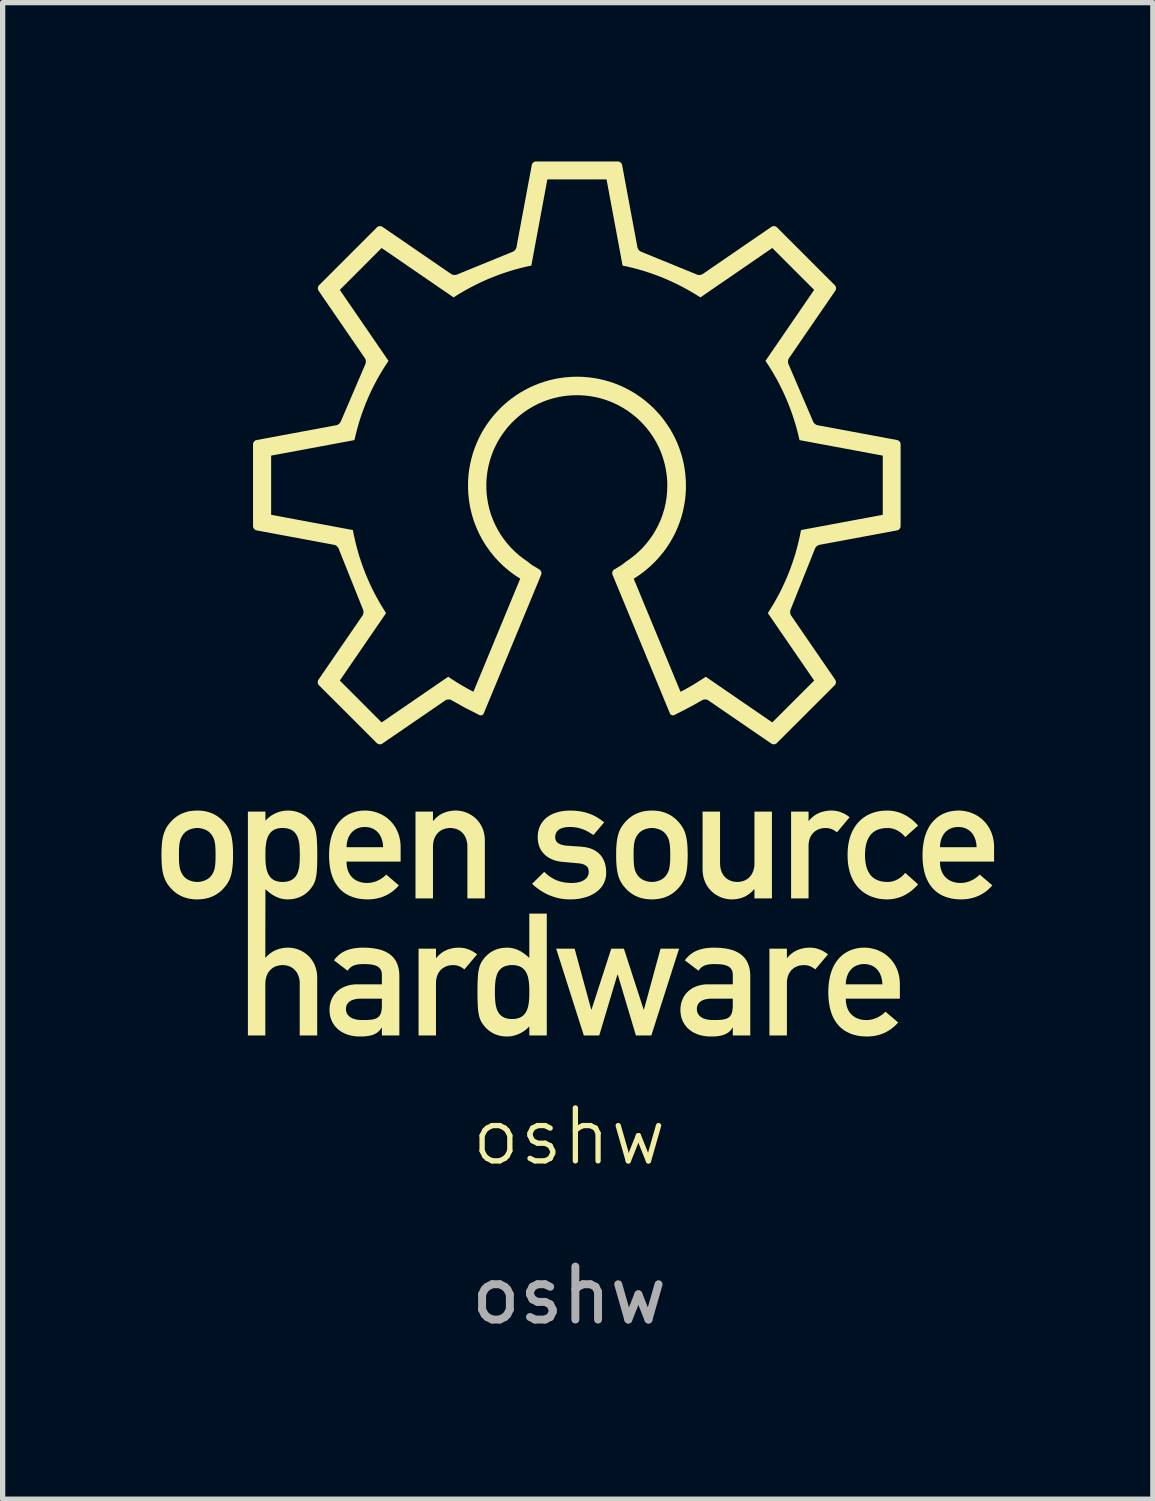
<source format=kicad_pcb>
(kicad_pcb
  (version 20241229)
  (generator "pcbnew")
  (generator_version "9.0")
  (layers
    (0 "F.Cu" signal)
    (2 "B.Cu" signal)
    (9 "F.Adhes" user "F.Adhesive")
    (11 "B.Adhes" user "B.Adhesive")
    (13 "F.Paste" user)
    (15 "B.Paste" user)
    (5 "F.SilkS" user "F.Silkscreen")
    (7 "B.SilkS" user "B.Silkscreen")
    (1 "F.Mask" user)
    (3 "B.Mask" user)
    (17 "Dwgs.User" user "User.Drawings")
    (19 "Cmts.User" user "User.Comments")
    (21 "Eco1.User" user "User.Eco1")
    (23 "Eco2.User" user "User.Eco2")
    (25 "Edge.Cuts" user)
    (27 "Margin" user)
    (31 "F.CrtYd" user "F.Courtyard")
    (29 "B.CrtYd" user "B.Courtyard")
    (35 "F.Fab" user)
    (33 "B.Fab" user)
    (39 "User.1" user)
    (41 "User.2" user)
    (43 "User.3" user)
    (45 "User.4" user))
  (footprint "oshw"
    (layer "F.Cu")
    (at 7.7 18.922)
    (property "Reference" "oshw" (at 0 -0.5 0) (unlocked yes) (layer "F.SilkS") (effects (font (size 1 1) (thickness 0.1))))
    (fp_poly (pts (xy 0.418 -2.903) (xy 0.425 -2.903) (xy 0.797 -4.051) (xy 1.036 -4.051) (xy 1.408 -2.903) (xy 1.415 -2.903) (xy 1.728 -4.051) (xy 2.078 -4.051) (xy 1.554 -2.411) (xy 1.263 -2.411) (xy 0.92 -3.56) (xy 0.913 -3.56) (xy 0.57 -2.411) (xy 0.279 -2.411) (xy -0.244 -4.051) (xy 0.105 -4.051)) (stroke (width 0) (type solid)) (fill yes) (layer "F.SilkS"))
    (fp_poly (pts (xy -2.056 -4.07) (xy -2.032 -4.068) (xy -2.008 -4.065) (xy -1.985 -4.062) (xy -1.962 -4.057) (xy -1.94 -4.051) (xy -1.918 -4.044) (xy -1.897 -4.036) (xy -1.876 -4.028) (xy -1.855 -4.018) (xy -1.835 -4.008) (xy -1.815 -3.997) (xy -1.795 -3.985) (xy -1.776 -3.972) (xy -1.756 -3.959) (xy -1.737 -3.944) (xy -1.977 -3.66) (xy -1.991 -3.67) (xy -2.005 -3.68) (xy -2.018 -3.689) (xy -2.031 -3.697) (xy -2.044 -3.704) (xy -2.057 -3.711) (xy -2.07 -3.717) (xy -2.083 -3.722) (xy -2.095 -3.727) (xy -2.108 -3.73) (xy -2.122 -3.734) (xy -2.135 -3.736) (xy -2.149 -3.738) (xy -2.163 -3.74) (xy -2.178 -3.74) (xy -2.193 -3.741) (xy -2.224 -3.739) (xy -2.254 -3.736) (xy -2.283 -3.73) (xy -2.312 -3.721) (xy -2.326 -3.715) (xy -2.339 -3.709) (xy -2.353 -3.703) (xy -2.366 -3.695) (xy -2.379 -3.687) (xy -2.391 -3.678) (xy -2.403 -3.669) (xy -2.414 -3.659) (xy -2.425 -3.648) (xy -2.436 -3.637) (xy -2.446 -3.624) (xy -2.455 -3.611) (xy -2.464 -3.598) (xy -2.472 -3.583) (xy -2.479 -3.568) (xy -2.486 -3.552) (xy -2.493 -3.536) (xy -2.498 -3.518) (xy -2.503 -3.5) (xy -2.507 -3.481) (xy -2.51 -3.462) (xy -2.512 -3.441) (xy -2.513 -3.42) (xy -2.514 -3.398) (xy -2.514 -2.411) (xy -2.843 -2.411) (xy -2.843 -4.051) (xy -2.514 -4.051) (xy -2.514 -3.876) (xy -2.507 -3.876) (xy -2.487 -3.9) (xy -2.466 -3.922) (xy -2.444 -3.942) (xy -2.421 -3.961) (xy -2.398 -3.979) (xy -2.373 -3.995) (xy -2.347 -4.009) (xy -2.32 -4.022) (xy -2.293 -4.033) (xy -2.265 -4.043) (xy -2.236 -4.051) (xy -2.206 -4.058) (xy -2.176 -4.064) (xy -2.145 -4.067) (xy -2.113 -4.07) (xy -2.08 -4.07)) (stroke (width 0) (type solid)) (fill yes) (layer "F.SilkS"))
    (fp_poly (pts (xy 4.573 -4.07) (xy 4.597 -4.068) (xy 4.621 -4.065) (xy 4.644 -4.062) (xy 4.666 -4.057) (xy 4.689 -4.051) (xy 4.71 -4.044) (xy 4.732 -4.036) (xy 4.753 -4.028) (xy 4.774 -4.018) (xy 4.794 -4.008) (xy 4.814 -3.997) (xy 4.834 -3.985) (xy 4.853 -3.972) (xy 4.872 -3.959) (xy 4.891 -3.944) (xy 4.652 -3.66) (xy 4.637 -3.67) (xy 4.624 -3.68) (xy 4.61 -3.689) (xy 4.597 -3.697) (xy 4.584 -3.704) (xy 4.571 -3.711) (xy 4.559 -3.717) (xy 4.546 -3.722) (xy 4.533 -3.727) (xy 4.52 -3.73) (xy 4.507 -3.734) (xy 4.494 -3.736) (xy 4.48 -3.738) (xy 4.465 -3.74) (xy 4.451 -3.74) (xy 4.435 -3.741) (xy 4.405 -3.739) (xy 4.375 -3.736) (xy 4.345 -3.73) (xy 4.317 -3.721) (xy 4.303 -3.715) (xy 4.289 -3.709) (xy 4.276 -3.703) (xy 4.263 -3.695) (xy 4.25 -3.687) (xy 4.238 -3.678) (xy 4.226 -3.669) (xy 4.214 -3.659) (xy 4.203 -3.648) (xy 4.193 -3.637) (xy 4.183 -3.624) (xy 4.174 -3.611) (xy 4.165 -3.598) (xy 4.157 -3.583) (xy 4.149 -3.568) (xy 4.142 -3.552) (xy 4.136 -3.536) (xy 4.131 -3.518) (xy 4.126 -3.5) (xy 4.122 -3.481) (xy 4.119 -3.462) (xy 4.117 -3.441) (xy 4.115 -3.42) (xy 4.115 -3.398) (xy 4.115 -2.411) (xy 3.785 -2.411) (xy 3.785 -4.051) (xy 4.115 -4.051) (xy 4.115 -3.876) (xy 4.122 -3.876) (xy 4.141 -3.9) (xy 4.162 -3.922) (xy 4.184 -3.942) (xy 4.207 -3.961) (xy 4.231 -3.979) (xy 4.256 -3.995) (xy 4.282 -4.009) (xy 4.308 -4.022) (xy 4.336 -4.033) (xy 4.364 -4.043) (xy 4.393 -4.051) (xy 4.423 -4.058) (xy 4.453 -4.064) (xy 4.484 -4.067) (xy 4.516 -4.07) (xy 4.548 -4.07)) (stroke (width 0) (type solid)) (fill yes) (layer "F.SilkS"))
    (fp_poly (pts (xy 4.982 -6.66) (xy 5.006 -6.658) (xy 5.029 -6.655) (xy 5.052 -6.652) (xy 5.075 -6.647) (xy 5.097 -6.641) (xy 5.119 -6.634) (xy 5.141 -6.626) (xy 5.162 -6.618) (xy 5.182 -6.608) (xy 5.203 -6.598) (xy 5.223 -6.587) (xy 5.242 -6.575) (xy 5.262 -6.562) (xy 5.281 -6.548) (xy 5.3 -6.534) (xy 5.061 -6.25) (xy 5.046 -6.26) (xy 5.032 -6.27) (xy 5.019 -6.279) (xy 5.006 -6.287) (xy 4.993 -6.294) (xy 4.98 -6.301) (xy 4.967 -6.307) (xy 4.955 -6.312) (xy 4.942 -6.316) (xy 4.929 -6.32) (xy 4.916 -6.323) (xy 4.902 -6.326) (xy 4.888 -6.328) (xy 4.874 -6.329) (xy 4.859 -6.33) (xy 4.844 -6.33) (xy 4.814 -6.329) (xy 4.784 -6.326) (xy 4.754 -6.319) (xy 4.726 -6.311) (xy 4.712 -6.305) (xy 4.698 -6.299) (xy 4.684 -6.292) (xy 4.671 -6.285) (xy 4.659 -6.277) (xy 4.646 -6.268) (xy 4.634 -6.259) (xy 4.623 -6.249) (xy 4.612 -6.238) (xy 4.602 -6.226) (xy 4.592 -6.214) (xy 4.582 -6.201) (xy 4.573 -6.188) (xy 4.565 -6.173) (xy 4.558 -6.158) (xy 4.551 -6.142) (xy 4.545 -6.126) (xy 4.539 -6.108) (xy 4.535 -6.09) (xy 4.531 -6.071) (xy 4.528 -6.051) (xy 4.525 -6.031) (xy 4.524 -6.01) (xy 4.524 -5.988) (xy 4.524 -5.001) (xy 4.194 -5.001) (xy 4.194 -6.641) (xy 4.524 -6.641) (xy 4.524 -6.466) (xy 4.53 -6.466) (xy 4.55 -6.49) (xy 4.571 -6.512) (xy 4.593 -6.532) (xy 4.616 -6.551) (xy 4.64 -6.569) (xy 4.665 -6.585) (xy 4.69 -6.599) (xy 4.717 -6.612) (xy 4.744 -6.623) (xy 4.773 -6.633) (xy 4.801 -6.641) (xy 4.831 -6.648) (xy 4.862 -6.653) (xy 4.893 -6.657) (xy 4.925 -6.66) (xy 4.957 -6.66)) (stroke (width 0) (type solid)) (fill yes) (layer "F.SilkS"))
    (fp_poly (pts (xy -2.113 -6.66) (xy -2.089 -6.658) (xy -2.041 -6.651) (xy -1.992 -6.64) (xy -1.944 -6.624) (xy -1.921 -6.614) (xy -1.897 -6.603) (xy -1.875 -6.591) (xy -1.852 -6.578) (xy -1.83 -6.564) (xy -1.809 -6.549) (xy -1.788 -6.533) (xy -1.768 -6.515) (xy -1.749 -6.497) (xy -1.731 -6.477) (xy -1.713 -6.456) (xy -1.696 -6.435) (xy -1.681 -6.412) (xy -1.666 -6.388) (xy -1.653 -6.363) (xy -1.64 -6.337) (xy -1.629 -6.31) (xy -1.619 -6.282) (xy -1.611 -6.253) (xy -1.604 -6.222) (xy -1.598 -6.191) (xy -1.594 -6.159) (xy -1.592 -6.125) (xy -1.591 -6.091) (xy -1.591 -5.001) (xy -1.921 -5.001) (xy -1.921 -5.978) (xy -1.921 -5.998) (xy -1.922 -6.019) (xy -1.924 -6.038) (xy -1.927 -6.057) (xy -1.931 -6.075) (xy -1.935 -6.093) (xy -1.94 -6.11) (xy -1.945 -6.127) (xy -1.952 -6.143) (xy -1.959 -6.158) (xy -1.966 -6.173) (xy -1.975 -6.187) (xy -1.983 -6.201) (xy -1.993 -6.214) (xy -2.003 -6.226) (xy -2.013 -6.238) (xy -2.024 -6.249) (xy -2.036 -6.259) (xy -2.048 -6.269) (xy -2.061 -6.278) (xy -2.074 -6.286) (xy -2.087 -6.294) (xy -2.101 -6.3) (xy -2.116 -6.307) (xy -2.131 -6.312) (xy -2.146 -6.317) (xy -2.161 -6.321) (xy -2.177 -6.324) (xy -2.194 -6.327) (xy -2.21 -6.329) (xy -2.227 -6.33) (xy -2.244 -6.33) (xy -2.262 -6.33) (xy -2.279 -6.329) (xy -2.296 -6.327) (xy -2.312 -6.324) (xy -2.328 -6.321) (xy -2.344 -6.317) (xy -2.359 -6.312) (xy -2.374 -6.307) (xy -2.389 -6.3) (xy -2.403 -6.294) (xy -2.417 -6.286) (xy -2.43 -6.278) (xy -2.443 -6.269) (xy -2.455 -6.259) (xy -2.467 -6.249) (xy -2.478 -6.238) (xy -2.488 -6.226) (xy -2.499 -6.214) (xy -2.508 -6.201) (xy -2.517 -6.187) (xy -2.525 -6.173) (xy -2.533 -6.158) (xy -2.54 -6.143) (xy -2.546 -6.127) (xy -2.552 -6.11) (xy -2.557 -6.093) (xy -2.561 -6.075) (xy -2.564 -6.057) (xy -2.567 -6.038) (xy -2.569 -6.019) (xy -2.57 -5.998) (xy -2.571 -5.978) (xy -2.571 -5.001) (xy -2.901 -5.001) (xy -2.901 -6.641) (xy -2.571 -6.641) (xy -2.571 -6.466) (xy -2.564 -6.466) (xy -2.544 -6.49) (xy -2.523 -6.512) (xy -2.501 -6.532) (xy -2.479 -6.551) (xy -2.455 -6.569) (xy -2.43 -6.585) (xy -2.404 -6.599) (xy -2.378 -6.612) (xy -2.35 -6.623) (xy -2.322 -6.633) (xy -2.293 -6.641) (xy -2.263 -6.648) (xy -2.233 -6.653) (xy -2.202 -6.657) (xy -2.17 -6.66) (xy -2.137 -6.66)) (stroke (width 0) (type solid)) (fill yes) (layer "F.SilkS"))
    (fp_poly (pts (xy 2.852 -5.664) (xy 2.853 -5.644) (xy 2.854 -5.624) (xy 2.856 -5.604) (xy 2.858 -5.585) (xy 2.862 -5.567) (xy 2.866 -5.549) (xy 2.871 -5.532) (xy 2.877 -5.515) (xy 2.883 -5.499) (xy 2.89 -5.484) (xy 2.898 -5.469) (xy 2.906 -5.455) (xy 2.915 -5.441) (xy 2.924 -5.428) (xy 2.934 -5.416) (xy 2.945 -5.404) (xy 2.956 -5.393) (xy 2.968 -5.383) (xy 2.98 -5.373) (xy 2.993 -5.364) (xy 3.006 -5.356) (xy 3.02 -5.349) (xy 3.034 -5.342) (xy 3.049 -5.335) (xy 3.063 -5.33) (xy 3.079 -5.325) (xy 3.095 -5.321) (xy 3.111 -5.318) (xy 3.127 -5.315) (xy 3.144 -5.313) (xy 3.161 -5.312) (xy 3.179 -5.312) (xy 3.196 -5.312) (xy 3.213 -5.313) (xy 3.229 -5.315) (xy 3.245 -5.318) (xy 3.261 -5.321) (xy 3.277 -5.325) (xy 3.292 -5.33) (xy 3.307 -5.335) (xy 3.321 -5.342) (xy 3.335 -5.349) (xy 3.349 -5.356) (xy 3.362 -5.364) (xy 3.375 -5.373) (xy 3.387 -5.383) (xy 3.398 -5.393) (xy 3.41 -5.404) (xy 3.42 -5.416) (xy 3.43 -5.428) (xy 3.44 -5.441) (xy 3.448 -5.455) (xy 3.457 -5.469) (xy 3.464 -5.484) (xy 3.471 -5.499) (xy 3.478 -5.515) (xy 3.483 -5.532) (xy 3.488 -5.549) (xy 3.492 -5.567) (xy 3.496 -5.585) (xy 3.499 -5.604) (xy 3.501 -5.624) (xy 3.502 -5.644) (xy 3.502 -5.664) (xy 3.502 -6.641) (xy 3.832 -6.641) (xy 3.832 -5.001) (xy 3.502 -5.001) (xy 3.502 -5.176) (xy 3.496 -5.176) (xy 3.476 -5.152) (xy 3.455 -5.13) (xy 3.433 -5.11) (xy 3.41 -5.091) (xy 3.386 -5.074) (xy 3.361 -5.058) (xy 3.336 -5.043) (xy 3.309 -5.03) (xy 3.282 -5.019) (xy 3.254 -5.009) (xy 3.225 -5.001) (xy 3.196 -4.994) (xy 3.166 -4.989) (xy 3.135 -4.985) (xy 3.104 -4.983) (xy 3.072 -4.982) (xy 3.048 -4.982) (xy 3.023 -4.984) (xy 2.974 -4.991) (xy 2.925 -5.003) (xy 2.901 -5.01) (xy 2.877 -5.018) (xy 2.853 -5.028) (xy 2.83 -5.039) (xy 2.807 -5.051) (xy 2.784 -5.064) (xy 2.762 -5.078) (xy 2.741 -5.093) (xy 2.72 -5.11) (xy 2.7 -5.127) (xy 2.681 -5.145) (xy 2.662 -5.165) (xy 2.645 -5.186) (xy 2.628 -5.207) (xy 2.612 -5.23) (xy 2.598 -5.254) (xy 2.584 -5.279) (xy 2.572 -5.305) (xy 2.561 -5.332) (xy 2.551 -5.36) (xy 2.542 -5.39) (xy 2.535 -5.42) (xy 2.53 -5.451) (xy 2.526 -5.483) (xy 2.523 -5.517) (xy 2.522 -5.551) (xy 2.522 -6.641) (xy 2.852 -6.641)) (stroke (width 0) (type solid)) (fill yes) (layer "F.SilkS"))
    (fp_poly (pts (xy 6.028 -6.66) (xy 6.05 -6.659) (xy 6.073 -6.657) (xy 6.095 -6.655) (xy 6.139 -6.648) (xy 6.181 -6.639) (xy 6.223 -6.628) (xy 6.262 -6.614) (xy 6.301 -6.598) (xy 6.339 -6.58) (xy 6.375 -6.56) (xy 6.41 -6.538) (xy 6.444 -6.515) (xy 6.476 -6.49) (xy 6.507 -6.463) (xy 6.537 -6.435) (xy 6.566 -6.406) (xy 6.593 -6.376) (xy 6.35 -6.159) (xy 6.335 -6.177) (xy 6.318 -6.195) (xy 6.301 -6.212) (xy 6.283 -6.228) (xy 6.265 -6.243) (xy 6.245 -6.257) (xy 6.225 -6.27) (xy 6.204 -6.282) (xy 6.183 -6.293) (xy 6.161 -6.303) (xy 6.138 -6.311) (xy 6.115 -6.318) (xy 6.092 -6.323) (xy 6.067 -6.327) (xy 6.043 -6.33) (xy 6.017 -6.33) (xy 5.968 -6.329) (xy 5.922 -6.323) (xy 5.9 -6.319) (xy 5.878 -6.314) (xy 5.858 -6.308) (xy 5.837 -6.301) (xy 5.818 -6.293) (xy 5.799 -6.284) (xy 5.782 -6.274) (xy 5.764 -6.263) (xy 5.748 -6.251) (xy 5.732 -6.239) (xy 5.717 -6.225) (xy 5.703 -6.21) (xy 5.69 -6.194) (xy 5.677 -6.176) (xy 5.666 -6.158) (xy 5.655 -6.139) (xy 5.645 -6.119) (xy 5.635 -6.097) (xy 5.627 -6.075) (xy 5.619 -6.051) (xy 5.613 -6.026) (xy 5.607 -6) (xy 5.602 -5.973) (xy 5.598 -5.945) (xy 5.592 -5.884) (xy 5.59 -5.82) (xy 5.591 -5.787) (xy 5.592 -5.755) (xy 5.595 -5.725) (xy 5.598 -5.696) (xy 5.602 -5.668) (xy 5.607 -5.641) (xy 5.613 -5.615) (xy 5.619 -5.59) (xy 5.627 -5.567) (xy 5.635 -5.544) (xy 5.645 -5.523) (xy 5.655 -5.503) (xy 5.666 -5.483) (xy 5.677 -5.465) (xy 5.69 -5.448) (xy 5.703 -5.432) (xy 5.717 -5.417) (xy 5.732 -5.403) (xy 5.748 -5.39) (xy 5.764 -5.379) (xy 5.782 -5.368) (xy 5.799 -5.358) (xy 5.818 -5.349) (xy 5.837 -5.341) (xy 5.858 -5.334) (xy 5.878 -5.328) (xy 5.9 -5.323) (xy 5.922 -5.319) (xy 5.945 -5.316) (xy 5.968 -5.313) (xy 5.993 -5.312) (xy 6.017 -5.312) (xy 6.03 -5.312) (xy 6.043 -5.312) (xy 6.055 -5.313) (xy 6.067 -5.315) (xy 6.092 -5.319) (xy 6.115 -5.324) (xy 6.138 -5.331) (xy 6.161 -5.339) (xy 6.183 -5.349) (xy 6.204 -5.36) (xy 6.225 -5.372) (xy 6.245 -5.385) (xy 6.265 -5.399) (xy 6.283 -5.414) (xy 6.301 -5.43) (xy 6.318 -5.447) (xy 6.335 -5.465) (xy 6.35 -5.483) (xy 6.593 -5.266) (xy 6.566 -5.236) (xy 6.537 -5.207) (xy 6.507 -5.179) (xy 6.476 -5.152) (xy 6.444 -5.127) (xy 6.41 -5.104) (xy 6.375 -5.082) (xy 6.339 -5.062) (xy 6.301 -5.044) (xy 6.263 -5.028) (xy 6.223 -5.015) (xy 6.181 -5.003) (xy 6.139 -4.994) (xy 6.095 -4.987) (xy 6.05 -4.983) (xy 6.004 -4.982) (xy 5.934 -4.985) (xy 5.864 -4.993) (xy 5.795 -5.008) (xy 5.729 -5.029) (xy 5.696 -5.041) (xy 5.664 -5.056) (xy 5.633 -5.072) (xy 5.603 -5.089) (xy 5.573 -5.108) (xy 5.545 -5.129) (xy 5.517 -5.152) (xy 5.491 -5.176) (xy 5.465 -5.202) (xy 5.441 -5.23) (xy 5.418 -5.26) (xy 5.396 -5.291) (xy 5.376 -5.325) (xy 5.357 -5.36) (xy 5.339 -5.397) (xy 5.324 -5.436) (xy 5.309 -5.477) (xy 5.297 -5.52) (xy 5.286 -5.565) (xy 5.277 -5.612) (xy 5.27 -5.661) (xy 5.265 -5.712) (xy 5.262 -5.765) (xy 5.261 -5.82) (xy 5.262 -5.875) (xy 5.265 -5.928) (xy 5.27 -5.979) (xy 5.277 -6.028) (xy 5.286 -6.075) (xy 5.297 -6.121) (xy 5.309 -6.164) (xy 5.324 -6.205) (xy 5.339 -6.244) (xy 5.357 -6.281) (xy 5.376 -6.316) (xy 5.396 -6.35) (xy 5.418 -6.382) (xy 5.441 -6.411) (xy 5.465 -6.439) (xy 5.491 -6.465) (xy 5.517 -6.49) (xy 5.545 -6.513) (xy 5.573 -6.534) (xy 5.603 -6.553) (xy 5.633 -6.571) (xy 5.664 -6.586) (xy 5.696 -6.601) (xy 5.729 -6.614) (xy 5.762 -6.625) (xy 5.795 -6.634) (xy 5.829 -6.642) (xy 5.864 -6.649) (xy 5.899 -6.654) (xy 5.934 -6.657) (xy 6.004 -6.66)) (stroke (width 0) (type solid)) (fill yes) (layer "F.SilkS"))
    (fp_poly (pts (xy -0.421 -2.411) (xy -0.751 -2.411) (xy -0.751 -2.583) (xy -0.771 -2.562) (xy -0.792 -2.542) (xy -0.814 -2.523) (xy -0.837 -2.505) (xy -0.861 -2.488) (xy -0.886 -2.473) (xy -0.912 -2.458) (xy -0.938 -2.445) (xy -0.966 -2.433) (xy -0.994 -2.422) (xy -1.023 -2.413) (xy -1.052 -2.406) (xy -1.082 -2.4) (xy -1.112 -2.395) (xy -1.143 -2.393) (xy -1.174 -2.392) (xy -1.193 -2.392) (xy -1.211 -2.393) (xy -1.229 -2.394) (xy -1.247 -2.396) (xy -1.264 -2.398) (xy -1.282 -2.401) (xy -1.298 -2.404) (xy -1.315 -2.408) (xy -1.331 -2.412) (xy -1.346 -2.417) (xy -1.362 -2.422) (xy -1.377 -2.427) (xy -1.392 -2.433) (xy -1.406 -2.439) (xy -1.434 -2.453) (xy -1.461 -2.468) (xy -1.487 -2.484) (xy -1.511 -2.501) (xy -1.534 -2.52) (xy -1.556 -2.54) (xy -1.577 -2.561) (xy -1.596 -2.583) (xy -1.614 -2.605) (xy -1.631 -2.627) (xy -1.645 -2.649) (xy -1.659 -2.672) (xy -1.671 -2.696) (xy -1.681 -2.721) (xy -1.691 -2.749) (xy -1.699 -2.778) (xy -1.706 -2.811) (xy -1.713 -2.847) (xy -1.718 -2.887) (xy -1.722 -2.932) (xy -1.725 -2.981) (xy -1.729 -3.094) (xy -1.731 -3.233) (xy -1.401 -3.233) (xy -1.401 -3.185) (xy -1.4 -3.137) (xy -1.397 -3.091) (xy -1.393 -3.045) (xy -1.388 -3.001) (xy -1.384 -2.98) (xy -1.379 -2.959) (xy -1.374 -2.939) (xy -1.368 -2.919) (xy -1.362 -2.9) (xy -1.354 -2.882) (xy -1.345 -2.864) (xy -1.336 -2.847) (xy -1.326 -2.831) (xy -1.314 -2.816) (xy -1.301 -2.802) (xy -1.288 -2.789) (xy -1.273 -2.777) (xy -1.256 -2.766) (xy -1.239 -2.756) (xy -1.22 -2.747) (xy -1.199 -2.74) (xy -1.177 -2.733) (xy -1.154 -2.728) (xy -1.129 -2.725) (xy -1.102 -2.723) (xy -1.074 -2.722) (xy -1.046 -2.723) (xy -1.02 -2.725) (xy -0.995 -2.729) (xy -0.972 -2.734) (xy -0.95 -2.741) (xy -0.93 -2.749) (xy -0.911 -2.758) (xy -0.894 -2.768) (xy -0.878 -2.78) (xy -0.863 -2.792) (xy -0.849 -2.806) (xy -0.837 -2.82) (xy -0.825 -2.836) (xy -0.815 -2.852) (xy -0.806 -2.87) (xy -0.797 -2.888) (xy -0.79 -2.906) (xy -0.783 -2.926) (xy -0.772 -2.966) (xy -0.764 -3.008) (xy -0.758 -3.052) (xy -0.754 -3.097) (xy -0.752 -3.142) (xy -0.751 -3.233) (xy -0.751 -3.277) (xy -0.752 -3.322) (xy -0.754 -3.367) (xy -0.758 -3.412) (xy -0.764 -3.455) (xy -0.768 -3.476) (xy -0.772 -3.497) (xy -0.777 -3.518) (xy -0.783 -3.537) (xy -0.79 -3.557) (xy -0.797 -3.575) (xy -0.806 -3.593) (xy -0.815 -3.61) (xy -0.825 -3.627) (xy -0.837 -3.642) (xy -0.849 -3.657) (xy -0.863 -3.67) (xy -0.878 -3.683) (xy -0.894 -3.695) (xy -0.911 -3.705) (xy -0.93 -3.714) (xy -0.95 -3.722) (xy -0.972 -3.729) (xy -0.995 -3.734) (xy -1.02 -3.738) (xy -1.046 -3.74) (xy -1.074 -3.741) (xy -1.102 -3.74) (xy -1.129 -3.738) (xy -1.154 -3.734) (xy -1.177 -3.729) (xy -1.199 -3.723) (xy -1.22 -3.715) (xy -1.239 -3.707) (xy -1.256 -3.697) (xy -1.273 -3.686) (xy -1.288 -3.674) (xy -1.301 -3.661) (xy -1.314 -3.646) (xy -1.326 -3.631) (xy -1.336 -3.616) (xy -1.345 -3.599) (xy -1.354 -3.581) (xy -1.362 -3.563) (xy -1.368 -3.544) (xy -1.379 -3.504) (xy -1.388 -3.462) (xy -1.393 -3.419) (xy -1.397 -3.373) (xy -1.4 -3.327) (xy -1.401 -3.233) (xy -1.731 -3.233) (xy -1.73 -3.305) (xy -1.729 -3.37) (xy -1.728 -3.429) (xy -1.725 -3.483) (xy -1.722 -3.532) (xy -1.718 -3.576) (xy -1.713 -3.616) (xy -1.706 -3.652) (xy -1.699 -3.684) (xy -1.695 -3.7) (xy -1.691 -3.714) (xy -1.686 -3.728) (xy -1.681 -3.741) (xy -1.676 -3.754) (xy -1.671 -3.767) (xy -1.659 -3.791) (xy -1.645 -3.813) (xy -1.631 -3.835) (xy -1.614 -3.857) (xy -1.596 -3.88) (xy -1.577 -3.901) (xy -1.556 -3.922) (xy -1.534 -3.942) (xy -1.511 -3.961) (xy -1.487 -3.979) (xy -1.461 -3.995) (xy -1.434 -4.01) (xy -1.406 -4.023) (xy -1.377 -4.035) (xy -1.346 -4.046) (xy -1.315 -4.054) (xy -1.282 -4.061) (xy -1.247 -4.066) (xy -1.211 -4.069) (xy -1.174 -4.07) (xy -1.143 -4.07) (xy -1.113 -4.067) (xy -1.083 -4.063) (xy -1.055 -4.056) (xy -1.026 -4.049) (xy -0.999 -4.04) (xy -0.972 -4.029) (xy -0.946 -4.017) (xy -0.92 -4.004) (xy -0.895 -3.989) (xy -0.87 -3.973) (xy -0.845 -3.956) (xy -0.821 -3.937) (xy -0.797 -3.918) (xy -0.774 -3.898) (xy -0.751 -3.876) (xy -0.751 -4.714) (xy -0.421 -4.714)) (stroke (width 0) (type solid)) (fill yes) (layer "F.SilkS"))
    (fp_poly (pts (xy -3.824 -6.66) (xy -3.791 -6.657) (xy -3.758 -6.653) (xy -3.725 -6.648) (xy -3.693 -6.641) (xy -3.661 -6.633) (xy -3.63 -6.623) (xy -3.6 -6.612) (xy -3.57 -6.599) (xy -3.541 -6.585) (xy -3.513 -6.57) (xy -3.485 -6.553) (xy -3.458 -6.535) (xy -3.433 -6.516) (xy -3.408 -6.495) (xy -3.384 -6.473) (xy -3.362 -6.45) (xy -3.34 -6.426) (xy -3.32 -6.4) (xy -3.301 -6.373) (xy -3.283 -6.346) (xy -3.266 -6.316) (xy -3.251 -6.286) (xy -3.237 -6.255) (xy -3.224 -6.223) (xy -3.214 -6.189) (xy -3.204 -6.155) (xy -3.196 -6.12) (xy -3.19 -6.083) (xy -3.186 -6.046) (xy -3.183 -6.007) (xy -3.182 -5.968) (xy -3.182 -5.696) (xy -4.204 -5.696) (xy -4.204 -5.672) (xy -4.202 -5.648) (xy -4.2 -5.624) (xy -4.197 -5.602) (xy -4.192 -5.58) (xy -4.187 -5.559) (xy -4.182 -5.539) (xy -4.175 -5.52) (xy -4.167 -5.501) (xy -4.159 -5.484) (xy -4.15 -5.467) (xy -4.14 -5.451) (xy -4.129 -5.435) (xy -4.118 -5.421) (xy -4.106 -5.407) (xy -4.093 -5.394) (xy -4.08 -5.381) (xy -4.066 -5.37) (xy -4.051 -5.359) (xy -4.036 -5.349) (xy -4.02 -5.34) (xy -4.004 -5.332) (xy -3.987 -5.324) (xy -3.969 -5.318) (xy -3.951 -5.312) (xy -3.933 -5.306) (xy -3.914 -5.302) (xy -3.895 -5.299) (xy -3.875 -5.296) (xy -3.854 -5.294) (xy -3.834 -5.293) (xy -3.813 -5.292) (xy -3.789 -5.293) (xy -3.765 -5.295) (xy -3.741 -5.298) (xy -3.717 -5.303) (xy -3.693 -5.309) (xy -3.669 -5.316) (xy -3.646 -5.324) (xy -3.622 -5.334) (xy -3.599 -5.345) (xy -3.577 -5.356) (xy -3.555 -5.369) (xy -3.533 -5.384) (xy -3.512 -5.399) (xy -3.492 -5.415) (xy -3.473 -5.432) (xy -3.454 -5.451) (xy -3.215 -5.247) (xy -3.245 -5.213) (xy -3.277 -5.182) (xy -3.31 -5.153) (xy -3.344 -5.126) (xy -3.379 -5.102) (xy -3.415 -5.081) (xy -3.451 -5.061) (xy -3.489 -5.044) (xy -3.527 -5.029) (xy -3.565 -5.016) (xy -3.604 -5.006) (xy -3.644 -4.997) (xy -3.684 -4.99) (xy -3.724 -4.986) (xy -3.765 -4.983) (xy -3.806 -4.982) (xy -3.87 -4.984) (xy -3.934 -4.99) (xy -3.998 -5.001) (xy -4.062 -5.018) (xy -4.124 -5.04) (xy -4.155 -5.053) (xy -4.184 -5.069) (xy -4.214 -5.085) (xy -4.242 -5.104) (xy -4.27 -5.124) (xy -4.296 -5.147) (xy -4.322 -5.171) (xy -4.347 -5.198) (xy -4.37 -5.226) (xy -4.392 -5.257) (xy -4.413 -5.29) (xy -4.433 -5.325) (xy -4.451 -5.362) (xy -4.468 -5.402) (xy -4.482 -5.445) (xy -4.496 -5.489) (xy -4.507 -5.537) (xy -4.516 -5.587) (xy -4.524 -5.64) (xy -4.529 -5.696) (xy -4.533 -5.755) (xy -4.534 -5.816) (xy -4.533 -5.875) (xy -4.53 -5.931) (xy -4.526 -5.968) (xy -4.204 -5.968) (xy -3.512 -5.968) (xy -3.513 -5.991) (xy -3.515 -6.013) (xy -3.518 -6.035) (xy -3.522 -6.056) (xy -3.526 -6.076) (xy -3.531 -6.096) (xy -3.537 -6.115) (xy -3.543 -6.133) (xy -3.55 -6.15) (xy -3.558 -6.167) (xy -3.566 -6.183) (xy -3.575 -6.198) (xy -3.584 -6.213) (xy -3.594 -6.227) (xy -3.605 -6.24) (xy -3.616 -6.252) (xy -3.628 -6.264) (xy -3.64 -6.275) (xy -3.653 -6.285) (xy -3.666 -6.295) (xy -3.68 -6.303) (xy -3.694 -6.311) (xy -3.708 -6.319) (xy -3.723 -6.325) (xy -3.739 -6.331) (xy -3.755 -6.336) (xy -3.771 -6.34) (xy -3.788 -6.344) (xy -3.805 -6.346) (xy -3.822 -6.348) (xy -3.84 -6.349) (xy -3.858 -6.35) (xy -3.876 -6.349) (xy -3.894 -6.348) (xy -3.911 -6.346) (xy -3.928 -6.344) (xy -3.945 -6.34) (xy -3.961 -6.336) (xy -3.977 -6.331) (xy -3.993 -6.325) (xy -4.008 -6.319) (xy -4.023 -6.311) (xy -4.037 -6.303) (xy -4.051 -6.295) (xy -4.064 -6.285) (xy -4.077 -6.275) (xy -4.09 -6.264) (xy -4.101 -6.252) (xy -4.113 -6.24) (xy -4.123 -6.227) (xy -4.133 -6.213) (xy -4.143 -6.198) (xy -4.152 -6.183) (xy -4.16 -6.167) (xy -4.168 -6.15) (xy -4.175 -6.133) (xy -4.181 -6.115) (xy -4.186 -6.096) (xy -4.191 -6.076) (xy -4.195 -6.056) (xy -4.199 -6.035) (xy -4.201 -6.013) (xy -4.203 -5.991) (xy -4.204 -5.968) (xy -4.526 -5.968) (xy -4.525 -5.984) (xy -4.518 -6.035) (xy -4.509 -6.084) (xy -4.499 -6.131) (xy -4.487 -6.175) (xy -4.473 -6.217) (xy -4.458 -6.257) (xy -4.441 -6.294) (xy -4.423 -6.33) (xy -4.404 -6.363) (xy -4.383 -6.395) (xy -4.361 -6.424) (xy -4.339 -6.452) (xy -4.315 -6.477) (xy -4.29 -6.501) (xy -4.265 -6.523) (xy -4.238 -6.543) (xy -4.211 -6.561) (xy -4.184 -6.578) (xy -4.155 -6.593) (xy -4.127 -6.606) (xy -4.097 -6.618) (xy -4.068 -6.628) (xy -4.038 -6.637) (xy -4.008 -6.644) (xy -3.978 -6.65) (xy -3.918 -6.658) (xy -3.858 -6.66)) (stroke (width 0) (type solid)) (fill yes) (layer "F.SilkS"))
    (fp_poly (pts (xy 5.607 -4.07) (xy 5.64 -4.067) (xy 5.674 -4.064) (xy 5.706 -4.058) (xy 5.738 -4.051) (xy 5.77 -4.043) (xy 5.801 -4.033) (xy 5.832 -4.022) (xy 5.861 -4.009) (xy 5.89 -3.995) (xy 5.919 -3.98) (xy 5.946 -3.963) (xy 5.973 -3.945) (xy 5.998 -3.926) (xy 6.023 -3.905) (xy 6.047 -3.883) (xy 6.069 -3.86) (xy 6.091 -3.836) (xy 6.111 -3.81) (xy 6.131 -3.784) (xy 6.149 -3.756) (xy 6.165 -3.727) (xy 6.18 -3.697) (xy 6.194 -3.665) (xy 6.207 -3.633) (xy 6.218 -3.6) (xy 6.227 -3.565) (xy 6.235 -3.53) (xy 6.241 -3.494) (xy 6.245 -3.456) (xy 6.248 -3.418) (xy 6.249 -3.379) (xy 6.249 -3.107) (xy 5.227 -3.107) (xy 5.228 -3.082) (xy 5.229 -3.058) (xy 5.231 -3.035) (xy 5.235 -3.012) (xy 5.239 -2.991) (xy 5.244 -2.97) (xy 5.25 -2.95) (xy 5.256 -2.93) (xy 5.264 -2.912) (xy 5.272 -2.894) (xy 5.281 -2.877) (xy 5.291 -2.861) (xy 5.302 -2.845) (xy 5.313 -2.831) (xy 5.325 -2.817) (xy 5.338 -2.804) (xy 5.351 -2.792) (xy 5.365 -2.78) (xy 5.38 -2.77) (xy 5.395 -2.76) (xy 5.411 -2.75) (xy 5.427 -2.742) (xy 5.444 -2.735) (xy 5.462 -2.728) (xy 5.48 -2.722) (xy 5.498 -2.717) (xy 5.517 -2.712) (xy 5.537 -2.709) (xy 5.556 -2.706) (xy 5.577 -2.704) (xy 5.597 -2.703) (xy 5.618 -2.702) (xy 5.642 -2.703) (xy 5.666 -2.705) (xy 5.69 -2.708) (xy 5.714 -2.713) (xy 5.738 -2.719) (xy 5.762 -2.726) (xy 5.785 -2.735) (xy 5.809 -2.744) (xy 5.832 -2.755) (xy 5.854 -2.767) (xy 5.876 -2.78) (xy 5.898 -2.794) (xy 5.919 -2.809) (xy 5.939 -2.825) (xy 5.959 -2.843) (xy 5.977 -2.861) (xy 6.217 -2.657) (xy 6.186 -2.623) (xy 6.154 -2.592) (xy 6.121 -2.563) (xy 6.087 -2.537) (xy 6.052 -2.513) (xy 6.016 -2.491) (xy 5.98 -2.471) (xy 5.943 -2.454) (xy 5.905 -2.439) (xy 5.866 -2.426) (xy 5.827 -2.416) (xy 5.787 -2.407) (xy 5.747 -2.4) (xy 5.707 -2.396) (xy 5.666 -2.393) (xy 5.625 -2.392) (xy 5.561 -2.394) (xy 5.497 -2.4) (xy 5.433 -2.411) (xy 5.369 -2.428) (xy 5.307 -2.45) (xy 5.277 -2.464) (xy 5.247 -2.479) (xy 5.218 -2.496) (xy 5.189 -2.514) (xy 5.162 -2.535) (xy 5.135 -2.557) (xy 5.109 -2.581) (xy 5.085 -2.608) (xy 5.061 -2.636) (xy 5.039 -2.667) (xy 5.018 -2.7) (xy 4.998 -2.735) (xy 4.98 -2.772) (xy 4.964 -2.812) (xy 4.949 -2.855) (xy 4.936 -2.9) (xy 4.924 -2.947) (xy 4.915 -2.998) (xy 4.907 -3.051) (xy 4.902 -3.106) (xy 4.898 -3.165) (xy 4.897 -3.227) (xy 4.898 -3.285) (xy 4.901 -3.341) (xy 4.905 -3.378) (xy 5.227 -3.378) (xy 5.919 -3.378) (xy 5.918 -3.401) (xy 5.916 -3.424) (xy 5.913 -3.445) (xy 5.91 -3.466) (xy 5.905 -3.487) (xy 5.9 -3.506) (xy 5.895 -3.525) (xy 5.888 -3.543) (xy 5.881 -3.561) (xy 5.874 -3.577) (xy 5.866 -3.593) (xy 5.857 -3.609) (xy 5.847 -3.623) (xy 5.837 -3.637) (xy 5.827 -3.65) (xy 5.815 -3.663) (xy 5.804 -3.674) (xy 5.791 -3.685) (xy 5.779 -3.696) (xy 5.765 -3.705) (xy 5.752 -3.714) (xy 5.737 -3.722) (xy 5.723 -3.729) (xy 5.708 -3.736) (xy 5.692 -3.741) (xy 5.676 -3.746) (xy 5.66 -3.75) (xy 5.643 -3.754) (xy 5.626 -3.757) (xy 5.609 -3.759) (xy 5.591 -3.76) (xy 5.573 -3.76) (xy 5.555 -3.76) (xy 5.537 -3.759) (xy 5.52 -3.757) (xy 5.503 -3.754) (xy 5.486 -3.75) (xy 5.47 -3.746) (xy 5.454 -3.741) (xy 5.438 -3.736) (xy 5.423 -3.729) (xy 5.408 -3.722) (xy 5.394 -3.714) (xy 5.38 -3.705) (xy 5.367 -3.696) (xy 5.354 -3.685) (xy 5.342 -3.674) (xy 5.33 -3.663) (xy 5.319 -3.65) (xy 5.308 -3.637) (xy 5.298 -3.623) (xy 5.288 -3.609) (xy 5.279 -3.593) (xy 5.271 -3.577) (xy 5.264 -3.561) (xy 5.257 -3.543) (xy 5.25 -3.525) (xy 5.245 -3.506) (xy 5.24 -3.487) (xy 5.236 -3.466) (xy 5.233 -3.445) (xy 5.23 -3.424) (xy 5.228 -3.401) (xy 5.227 -3.378) (xy 4.905 -3.378) (xy 4.906 -3.395) (xy 4.913 -3.446) (xy 4.922 -3.495) (xy 4.932 -3.541) (xy 4.945 -3.585) (xy 4.958 -3.627) (xy 4.973 -3.667) (xy 4.99 -3.705) (xy 5.008 -3.74) (xy 5.028 -3.774) (xy 5.048 -3.805) (xy 5.07 -3.834) (xy 5.093 -3.862) (xy 5.116 -3.887) (xy 5.141 -3.911) (xy 5.167 -3.933) (xy 5.193 -3.953) (xy 5.22 -3.971) (xy 5.248 -3.988) (xy 5.276 -4.003) (xy 5.305 -4.016) (xy 5.334 -4.028) (xy 5.363 -4.038) (xy 5.393 -4.047) (xy 5.423 -4.054) (xy 5.453 -4.06) (xy 5.513 -4.068) (xy 5.573 -4.071)) (stroke (width 0) (type solid)) (fill yes) (layer "F.SilkS"))
    (fp_poly (pts (xy 7.387 -6.66) (xy 7.42 -6.657) (xy 7.453 -6.653) (xy 7.486 -6.648) (xy 7.518 -6.641) (xy 7.55 -6.633) (xy 7.581 -6.623) (xy 7.611 -6.612) (xy 7.641 -6.599) (xy 7.67 -6.585) (xy 7.698 -6.57) (xy 7.726 -6.553) (xy 7.752 -6.535) (xy 7.778 -6.516) (xy 7.803 -6.495) (xy 7.826 -6.473) (xy 7.849 -6.45) (xy 7.871 -6.426) (xy 7.891 -6.4) (xy 7.91 -6.373) (xy 7.928 -6.346) (xy 7.945 -6.316) (xy 7.96 -6.286) (xy 7.974 -6.255) (xy 7.986 -6.223) (xy 7.997 -6.189) (xy 8.007 -6.155) (xy 8.014 -6.12) (xy 8.021 -6.083) (xy 8.025 -6.046) (xy 8.028 -6.007) (xy 8.029 -5.968) (xy 8.029 -5.696) (xy 7.007 -5.696) (xy 7.007 -5.672) (xy 7.009 -5.648) (xy 7.011 -5.624) (xy 7.014 -5.602) (xy 7.018 -5.58) (xy 7.023 -5.559) (xy 7.029 -5.539) (xy 7.036 -5.52) (xy 7.044 -5.501) (xy 7.052 -5.484) (xy 7.061 -5.467) (xy 7.071 -5.451) (xy 7.081 -5.435) (xy 7.093 -5.421) (xy 7.105 -5.407) (xy 7.117 -5.394) (xy 7.131 -5.381) (xy 7.145 -5.37) (xy 7.159 -5.359) (xy 7.175 -5.349) (xy 7.191 -5.34) (xy 7.207 -5.332) (xy 7.224 -5.324) (xy 7.241 -5.318) (xy 7.259 -5.312) (xy 7.278 -5.306) (xy 7.297 -5.302) (xy 7.316 -5.299) (xy 7.336 -5.296) (xy 7.356 -5.294) (xy 7.377 -5.293) (xy 7.398 -5.292) (xy 7.422 -5.293) (xy 7.446 -5.295) (xy 7.47 -5.298) (xy 7.494 -5.303) (xy 7.518 -5.309) (xy 7.541 -5.316) (xy 7.565 -5.324) (xy 7.588 -5.334) (xy 7.611 -5.345) (xy 7.634 -5.356) (xy 7.656 -5.369) (xy 7.678 -5.384) (xy 7.699 -5.399) (xy 7.719 -5.415) (xy 7.738 -5.432) (xy 7.757 -5.451) (xy 7.996 -5.247) (xy 7.965 -5.213) (xy 7.933 -5.182) (xy 7.901 -5.153) (xy 7.867 -5.126) (xy 7.832 -5.102) (xy 7.796 -5.081) (xy 7.76 -5.061) (xy 7.722 -5.044) (xy 7.684 -5.029) (xy 7.646 -5.016) (xy 7.607 -5.006) (xy 7.567 -4.997) (xy 7.527 -4.99) (xy 7.486 -4.986) (xy 7.446 -4.983) (xy 7.405 -4.982) (xy 7.341 -4.984) (xy 7.277 -4.99) (xy 7.212 -5.001) (xy 7.149 -5.018) (xy 7.087 -5.04) (xy 7.056 -5.053) (xy 7.026 -5.069) (xy 6.997 -5.085) (xy 6.969 -5.104) (xy 6.941 -5.124) (xy 6.915 -5.147) (xy 6.889 -5.171) (xy 6.864 -5.198) (xy 6.841 -5.226) (xy 6.818 -5.257) (xy 6.797 -5.29) (xy 6.778 -5.325) (xy 6.76 -5.362) (xy 6.743 -5.402) (xy 6.728 -5.445) (xy 6.715 -5.489) (xy 6.704 -5.537) (xy 6.694 -5.587) (xy 6.687 -5.64) (xy 6.681 -5.696) (xy 6.678 -5.755) (xy 6.677 -5.816) (xy 6.678 -5.875) (xy 6.681 -5.931) (xy 6.684 -5.968) (xy 7.007 -5.968) (xy 7.699 -5.968) (xy 7.697 -5.991) (xy 7.695 -6.013) (xy 7.693 -6.035) (xy 7.689 -6.056) (xy 7.685 -6.076) (xy 7.68 -6.096) (xy 7.674 -6.115) (xy 7.668 -6.133) (xy 7.661 -6.15) (xy 7.653 -6.167) (xy 7.645 -6.183) (xy 7.636 -6.198) (xy 7.627 -6.213) (xy 7.617 -6.227) (xy 7.606 -6.24) (xy 7.595 -6.252) (xy 7.583 -6.264) (xy 7.571 -6.275) (xy 7.558 -6.285) (xy 7.545 -6.295) (xy 7.531 -6.303) (xy 7.517 -6.311) (xy 7.502 -6.319) (xy 7.487 -6.325) (xy 7.472 -6.331) (xy 7.456 -6.336) (xy 7.44 -6.34) (xy 7.423 -6.344) (xy 7.406 -6.346) (xy 7.389 -6.348) (xy 7.371 -6.349) (xy 7.353 -6.35) (xy 7.335 -6.349) (xy 7.317 -6.348) (xy 7.3 -6.346) (xy 7.282 -6.344) (xy 7.266 -6.34) (xy 7.249 -6.336) (xy 7.233 -6.331) (xy 7.218 -6.325) (xy 7.203 -6.319) (xy 7.188 -6.311) (xy 7.174 -6.303) (xy 7.16 -6.295) (xy 7.146 -6.285) (xy 7.133 -6.275) (xy 7.121 -6.264) (xy 7.109 -6.252) (xy 7.098 -6.24) (xy 7.087 -6.227) (xy 7.077 -6.213) (xy 7.068 -6.198) (xy 7.059 -6.183) (xy 7.051 -6.167) (xy 7.043 -6.15) (xy 7.036 -6.133) (xy 7.03 -6.115) (xy 7.024 -6.096) (xy 7.02 -6.076) (xy 7.015 -6.056) (xy 7.012 -6.035) (xy 7.01 -6.013) (xy 7.008 -5.991) (xy 7.007 -5.968) (xy 6.684 -5.968) (xy 6.686 -5.984) (xy 6.693 -6.035) (xy 6.702 -6.084) (xy 6.712 -6.131) (xy 6.724 -6.175) (xy 6.738 -6.217) (xy 6.753 -6.257) (xy 6.77 -6.294) (xy 6.788 -6.33) (xy 6.807 -6.363) (xy 6.828 -6.395) (xy 6.849 -6.424) (xy 6.872 -6.452) (xy 6.896 -6.477) (xy 6.921 -6.501) (xy 6.946 -6.523) (xy 6.972 -6.543) (xy 7 -6.561) (xy 7.027 -6.578) (xy 7.055 -6.593) (xy 7.084 -6.606) (xy 7.113 -6.618) (xy 7.143 -6.628) (xy 7.173 -6.637) (xy 7.203 -6.644) (xy 7.233 -6.65) (xy 7.293 -6.658) (xy 7.353 -6.66)) (stroke (width 0) (type solid)) (fill yes) (layer "F.SilkS"))
    (fp_poly (pts (xy -3.814 -4.069) (xy -3.743 -4.064) (xy -3.675 -4.055) (xy -3.643 -4.049) (xy -3.611 -4.043) (xy -3.58 -4.035) (xy -3.551 -4.027) (xy -3.522 -4.017) (xy -3.495 -4.006) (xy -3.468 -3.994) (xy -3.443 -3.981) (xy -3.419 -3.967) (xy -3.395 -3.952) (xy -3.374 -3.935) (xy -3.353 -3.918) (xy -3.333 -3.899) (xy -3.315 -3.879) (xy -3.298 -3.857) (xy -3.283 -3.835) (xy -3.268 -3.811) (xy -3.256 -3.785) (xy -3.244 -3.758) (xy -3.234 -3.73) (xy -3.226 -3.701) (xy -3.219 -3.67) (xy -3.213 -3.637) (xy -3.209 -3.603) (xy -3.207 -3.567) (xy -3.206 -3.53) (xy -3.206 -2.411) (xy -3.536 -2.411) (xy -3.536 -2.557) (xy -3.542 -2.557) (xy -3.556 -2.536) (xy -3.57 -2.517) (xy -3.586 -2.5) (xy -3.603 -2.483) (xy -3.621 -2.468) (xy -3.641 -2.455) (xy -3.663 -2.443) (xy -3.686 -2.432) (xy -3.711 -2.422) (xy -3.738 -2.414) (xy -3.768 -2.407) (xy -3.799 -2.402) (xy -3.832 -2.397) (xy -3.868 -2.394) (xy -3.906 -2.392) (xy -3.947 -2.392) (xy -3.98 -2.392) (xy -4.013 -2.394) (xy -4.045 -2.397) (xy -4.076 -2.402) (xy -4.106 -2.407) (xy -4.136 -2.414) (xy -4.164 -2.421) (xy -4.191 -2.43) (xy -4.217 -2.44) (xy -4.243 -2.451) (xy -4.267 -2.463) (xy -4.29 -2.475) (xy -4.313 -2.489) (xy -4.334 -2.504) (xy -4.354 -2.519) (xy -4.373 -2.536) (xy -4.391 -2.553) (xy -4.408 -2.571) (xy -4.424 -2.59) (xy -4.439 -2.609) (xy -4.452 -2.63) (xy -4.465 -2.651) (xy -4.476 -2.672) (xy -4.486 -2.695) (xy -4.495 -2.718) (xy -4.503 -2.741) (xy -4.51 -2.765) (xy -4.516 -2.79) (xy -4.52 -2.815) (xy -4.523 -2.841) (xy -4.525 -2.867) (xy -4.525 -2.893) (xy -4.525 -2.909) (xy -4.215 -2.909) (xy -4.214 -2.889) (xy -4.211 -2.869) (xy -4.205 -2.85) (xy -4.198 -2.831) (xy -4.193 -2.822) (xy -4.188 -2.813) (xy -4.182 -2.804) (xy -4.176 -2.796) (xy -4.168 -2.788) (xy -4.161 -2.78) (xy -4.152 -2.772) (xy -4.143 -2.765) (xy -4.134 -2.758) (xy -4.123 -2.751) (xy -4.112 -2.745) (xy -4.101 -2.739) (xy -4.088 -2.733) (xy -4.075 -2.728) (xy -4.062 -2.724) (xy -4.047 -2.719) (xy -4.016 -2.712) (xy -3.982 -2.707) (xy -3.945 -2.704) (xy -3.904 -2.703) (xy -3.855 -2.703) (xy -3.81 -2.704) (xy -3.768 -2.707) (xy -3.731 -2.711) (xy -3.714 -2.714) (xy -3.697 -2.717) (xy -3.682 -2.721) (xy -3.667 -2.725) (xy -3.653 -2.73) (xy -3.64 -2.736) (xy -3.628 -2.742) (xy -3.617 -2.749) (xy -3.607 -2.757) (xy -3.597 -2.765) (xy -3.588 -2.775) (xy -3.58 -2.785) (xy -3.573 -2.796) (xy -3.566 -2.808) (xy -3.56 -2.821) (xy -3.555 -2.835) (xy -3.55 -2.85) (xy -3.546 -2.866) (xy -3.543 -2.883) (xy -3.54 -2.902) (xy -3.538 -2.921) (xy -3.537 -2.942) (xy -3.536 -2.964) (xy -3.536 -2.987) (xy -3.536 -3.107) (xy -3.93 -3.107) (xy -3.948 -3.107) (xy -3.965 -3.106) (xy -3.982 -3.105) (xy -3.998 -3.103) (xy -4.014 -3.101) (xy -4.029 -3.099) (xy -4.043 -3.096) (xy -4.057 -3.093) (xy -4.07 -3.089) (xy -4.082 -3.085) (xy -4.094 -3.081) (xy -4.106 -3.076) (xy -4.116 -3.071) (xy -4.127 -3.065) (xy -4.136 -3.059) (xy -4.145 -3.053) (xy -4.154 -3.046) (xy -4.162 -3.039) (xy -4.169 -3.032) (xy -4.176 -3.025) (xy -4.182 -3.017) (xy -4.188 -3.008) (xy -4.193 -3) (xy -4.198 -2.991) (xy -4.202 -2.982) (xy -4.205 -2.972) (xy -4.208 -2.962) (xy -4.211 -2.952) (xy -4.213 -2.942) (xy -4.214 -2.931) (xy -4.215 -2.921) (xy -4.215 -2.909) (xy -4.525 -2.909) (xy -4.525 -2.918) (xy -4.523 -2.942) (xy -4.521 -2.966) (xy -4.517 -2.989) (xy -4.512 -3.012) (xy -4.506 -3.035) (xy -4.5 -3.058) (xy -4.492 -3.079) (xy -4.483 -3.101) (xy -4.473 -3.122) (xy -4.462 -3.142) (xy -4.45 -3.162) (xy -4.436 -3.181) (xy -4.422 -3.199) (xy -4.407 -3.217) (xy -4.391 -3.234) (xy -4.374 -3.25) (xy -4.355 -3.266) (xy -4.336 -3.28) (xy -4.316 -3.294) (xy -4.294 -3.307) (xy -4.272 -3.319) (xy -4.248 -3.329) (xy -4.224 -3.339) (xy -4.198 -3.348) (xy -4.172 -3.356) (xy -4.144 -3.363) (xy -4.116 -3.368) (xy -4.086 -3.373) (xy -4.056 -3.376) (xy -4.024 -3.378) (xy -3.992 -3.378) (xy -3.536 -3.378) (xy -3.536 -3.55) (xy -3.537 -3.578) (xy -3.538 -3.591) (xy -3.541 -3.603) (xy -3.543 -3.615) (xy -3.547 -3.627) (xy -3.551 -3.638) (xy -3.555 -3.648) (xy -3.56 -3.658) (xy -3.566 -3.667) (xy -3.573 -3.676) (xy -3.58 -3.684) (xy -3.588 -3.692) (xy -3.596 -3.7) (xy -3.606 -3.707) (xy -3.615 -3.713) (xy -3.626 -3.719) (xy -3.637 -3.725) (xy -3.662 -3.734) (xy -3.69 -3.743) (xy -3.72 -3.749) (xy -3.753 -3.754) (xy -3.79 -3.757) (xy -3.829 -3.759) (xy -3.872 -3.76) (xy -3.903 -3.76) (xy -3.932 -3.759) (xy -3.959 -3.756) (xy -3.985 -3.754) (xy -3.997 -3.752) (xy -4.008 -3.75) (xy -4.02 -3.747) (xy -4.03 -3.745) (xy -4.041 -3.742) (xy -4.051 -3.739) (xy -4.06 -3.736) (xy -4.07 -3.732) (xy -4.079 -3.728) (xy -4.087 -3.724) (xy -4.096 -3.72) (xy -4.104 -3.715) (xy -4.112 -3.71) (xy -4.119 -3.705) (xy -4.127 -3.699) (xy -4.134 -3.693) (xy -4.14 -3.687) (xy -4.147 -3.68) (xy -4.153 -3.673) (xy -4.16 -3.666) (xy -4.166 -3.659) (xy -4.171 -3.651) (xy -4.177 -3.642) (xy -4.183 -3.634) (xy -4.441 -3.831) (xy -4.417 -3.863) (xy -4.391 -3.891) (xy -4.364 -3.918) (xy -4.336 -3.942) (xy -4.307 -3.964) (xy -4.276 -3.984) (xy -4.243 -4.001) (xy -4.21 -4.016) (xy -4.175 -4.029) (xy -4.138 -4.041) (xy -4.1 -4.05) (xy -4.061 -4.058) (xy -4.02 -4.063) (xy -3.977 -4.067) (xy -3.934 -4.07) (xy -3.888 -4.07)) (stroke (width 0) (type solid)) (fill yes) (layer "F.SilkS"))
    (fp_poly (pts (xy 1.588 -6.66) (xy 1.612 -6.659) (xy 1.634 -6.658) (xy 1.656 -6.655) (xy 1.677 -6.653) (xy 1.698 -6.65) (xy 1.718 -6.646) (xy 1.738 -6.642) (xy 1.757 -6.637) (xy 1.775 -6.632) (xy 1.793 -6.626) (xy 1.811 -6.62) (xy 1.828 -6.614) (xy 1.844 -6.607) (xy 1.86 -6.6) (xy 1.876 -6.593) (xy 1.905 -6.577) (xy 1.933 -6.561) (xy 1.959 -6.543) (xy 1.983 -6.525) (xy 2.005 -6.507) (xy 2.026 -6.488) (xy 2.045 -6.469) (xy 2.063 -6.45) (xy 2.086 -6.424) (xy 2.107 -6.398) (xy 2.126 -6.371) (xy 2.144 -6.343) (xy 2.16 -6.314) (xy 2.175 -6.283) (xy 2.188 -6.251) (xy 2.199 -6.216) (xy 2.209 -6.179) (xy 2.218 -6.139) (xy 2.225 -6.096) (xy 2.231 -6.05) (xy 2.235 -6) (xy 2.238 -5.945) (xy 2.24 -5.886) (xy 2.241 -5.823) (xy 2.24 -5.758) (xy 2.238 -5.699) (xy 2.235 -5.644) (xy 2.231 -5.594) (xy 2.225 -5.547) (xy 2.218 -5.503) (xy 2.209 -5.463) (xy 2.199 -5.426) (xy 2.188 -5.391) (xy 2.175 -5.359) (xy 2.16 -5.328) (xy 2.144 -5.299) (xy 2.126 -5.271) (xy 2.107 -5.244) (xy 2.086 -5.218) (xy 2.063 -5.192) (xy 2.045 -5.173) (xy 2.026 -5.154) (xy 2.005 -5.135) (xy 1.983 -5.117) (xy 1.959 -5.099) (xy 1.933 -5.081) (xy 1.905 -5.065) (xy 1.876 -5.049) (xy 1.844 -5.035) (xy 1.811 -5.022) (xy 1.775 -5.01) (xy 1.738 -5.001) (xy 1.698 -4.993) (xy 1.656 -4.987) (xy 1.611 -4.983) (xy 1.565 -4.982) (xy 1.541 -4.982) (xy 1.518 -4.983) (xy 1.496 -4.985) (xy 1.474 -4.987) (xy 1.452 -4.989) (xy 1.432 -4.993) (xy 1.412 -4.996) (xy 1.392 -5.001) (xy 1.373 -5.005) (xy 1.354 -5.01) (xy 1.336 -5.016) (xy 1.319 -5.022) (xy 1.302 -5.028) (xy 1.285 -5.035) (xy 1.27 -5.042) (xy 1.254 -5.049) (xy 1.225 -5.065) (xy 1.197 -5.081) (xy 1.171 -5.099) (xy 1.147 -5.117) (xy 1.125 -5.135) (xy 1.104 -5.154) (xy 1.085 -5.173) (xy 1.067 -5.192) (xy 1.044 -5.218) (xy 1.023 -5.244) (xy 1.004 -5.271) (xy 0.986 -5.299) (xy 0.97 -5.328) (xy 0.955 -5.359) (xy 0.942 -5.391) (xy 0.931 -5.426) (xy 0.921 -5.463) (xy 0.912 -5.503) (xy 0.905 -5.547) (xy 0.899 -5.594) (xy 0.895 -5.644) (xy 0.891 -5.699) (xy 0.89 -5.758) (xy 0.889 -5.823) (xy 1.219 -5.823) (xy 1.219 -5.78) (xy 1.22 -5.741) (xy 1.221 -5.705) (xy 1.223 -5.673) (xy 1.225 -5.643) (xy 1.228 -5.617) (xy 1.232 -5.592) (xy 1.236 -5.57) (xy 1.241 -5.549) (xy 1.247 -5.53) (xy 1.254 -5.513) (xy 1.261 -5.496) (xy 1.269 -5.479) (xy 1.279 -5.463) (xy 1.289 -5.447) (xy 1.3 -5.431) (xy 1.31 -5.419) (xy 1.32 -5.407) (xy 1.333 -5.395) (xy 1.346 -5.384) (xy 1.36 -5.373) (xy 1.375 -5.364) (xy 1.391 -5.354) (xy 1.408 -5.346) (xy 1.426 -5.338) (xy 1.444 -5.332) (xy 1.463 -5.326) (xy 1.482 -5.321) (xy 1.503 -5.317) (xy 1.523 -5.314) (xy 1.544 -5.312) (xy 1.565 -5.312) (xy 1.586 -5.312) (xy 1.607 -5.314) (xy 1.627 -5.317) (xy 1.647 -5.321) (xy 1.667 -5.326) (xy 1.686 -5.332) (xy 1.704 -5.338) (xy 1.722 -5.346) (xy 1.739 -5.354) (xy 1.755 -5.364) (xy 1.77 -5.373) (xy 1.784 -5.384) (xy 1.797 -5.395) (xy 1.809 -5.407) (xy 1.82 -5.419) (xy 1.825 -5.425) (xy 1.83 -5.431) (xy 1.841 -5.447) (xy 1.851 -5.463) (xy 1.86 -5.479) (xy 1.869 -5.496) (xy 1.876 -5.512) (xy 1.883 -5.53) (xy 1.888 -5.549) (xy 1.893 -5.57) (xy 1.898 -5.592) (xy 1.901 -5.616) (xy 1.904 -5.642) (xy 1.907 -5.671) (xy 1.909 -5.703) (xy 1.91 -5.739) (xy 1.911 -5.819) (xy 1.911 -5.862) (xy 1.91 -5.901) (xy 1.909 -5.937) (xy 1.907 -5.969) (xy 1.904 -5.999) (xy 1.901 -6.025) (xy 1.898 -6.05) (xy 1.893 -6.072) (xy 1.888 -6.093) (xy 1.883 -6.112) (xy 1.876 -6.13) (xy 1.869 -6.146) (xy 1.86 -6.163) (xy 1.851 -6.179) (xy 1.841 -6.195) (xy 1.83 -6.211) (xy 1.82 -6.223) (xy 1.809 -6.235) (xy 1.797 -6.247) (xy 1.784 -6.258) (xy 1.77 -6.269) (xy 1.755 -6.279) (xy 1.739 -6.288) (xy 1.722 -6.296) (xy 1.704 -6.304) (xy 1.686 -6.31) (xy 1.667 -6.316) (xy 1.647 -6.321) (xy 1.627 -6.325) (xy 1.607 -6.328) (xy 1.586 -6.33) (xy 1.565 -6.33) (xy 1.544 -6.33) (xy 1.523 -6.328) (xy 1.502 -6.325) (xy 1.482 -6.321) (xy 1.463 -6.316) (xy 1.444 -6.31) (xy 1.426 -6.304) (xy 1.408 -6.296) (xy 1.391 -6.288) (xy 1.375 -6.278) (xy 1.36 -6.269) (xy 1.346 -6.258) (xy 1.333 -6.247) (xy 1.32 -6.235) (xy 1.31 -6.223) (xy 1.305 -6.217) (xy 1.3 -6.211) (xy 1.289 -6.195) (xy 1.279 -6.179) (xy 1.269 -6.163) (xy 1.261 -6.147) (xy 1.254 -6.13) (xy 1.247 -6.112) (xy 1.241 -6.093) (xy 1.236 -6.073) (xy 1.232 -6.05) (xy 1.228 -6.026) (xy 1.225 -6) (xy 1.223 -5.971) (xy 1.221 -5.939) (xy 1.22 -5.904) (xy 1.219 -5.823) (xy 0.889 -5.823) (xy 0.89 -5.886) (xy 0.891 -5.945) (xy 0.895 -6) (xy 0.899 -6.05) (xy 0.905 -6.096) (xy 0.912 -6.139) (xy 0.921 -6.179) (xy 0.931 -6.216) (xy 0.942 -6.251) (xy 0.955 -6.283) (xy 0.97 -6.314) (xy 0.986 -6.343) (xy 1.004 -6.371) (xy 1.023 -6.398) (xy 1.044 -6.424) (xy 1.067 -6.45) (xy 1.085 -6.469) (xy 1.104 -6.488) (xy 1.125 -6.507) (xy 1.147 -6.525) (xy 1.171 -6.543) (xy 1.197 -6.561) (xy 1.225 -6.577) (xy 1.254 -6.593) (xy 1.285 -6.607) (xy 1.319 -6.62) (xy 1.354 -6.632) (xy 1.392 -6.642) (xy 1.432 -6.65) (xy 1.474 -6.655) (xy 1.518 -6.659) (xy 1.565 -6.66)) (stroke (width 0) (type solid)) (fill yes) (layer "F.SilkS"))
    (fp_poly (pts (xy -7 -6.66) (xy -6.977 -6.659) (xy -6.955 -6.658) (xy -6.933 -6.655) (xy -6.911 -6.653) (xy -6.891 -6.65) (xy -6.87 -6.646) (xy -6.851 -6.642) (xy -6.832 -6.637) (xy -6.813 -6.632) (xy -6.795 -6.626) (xy -6.778 -6.62) (xy -6.761 -6.614) (xy -6.744 -6.607) (xy -6.728 -6.6) (xy -6.713 -6.593) (xy -6.683 -6.577) (xy -6.656 -6.561) (xy -6.63 -6.543) (xy -6.606 -6.525) (xy -6.583 -6.507) (xy -6.562 -6.488) (xy -6.543 -6.469) (xy -6.526 -6.45) (xy -6.503 -6.424) (xy -6.482 -6.398) (xy -6.462 -6.371) (xy -6.445 -6.343) (xy -6.428 -6.314) (xy -6.414 -6.283) (xy -6.401 -6.251) (xy -6.389 -6.216) (xy -6.379 -6.179) (xy -6.371 -6.139) (xy -6.364 -6.096) (xy -6.358 -6.05) (xy -6.353 -6) (xy -6.35 -5.945) (xy -6.348 -5.886) (xy -6.348 -5.823) (xy -6.348 -5.758) (xy -6.35 -5.699) (xy -6.353 -5.644) (xy -6.358 -5.594) (xy -6.364 -5.547) (xy -6.371 -5.503) (xy -6.379 -5.463) (xy -6.389 -5.426) (xy -6.401 -5.391) (xy -6.414 -5.359) (xy -6.428 -5.328) (xy -6.445 -5.299) (xy -6.462 -5.271) (xy -6.482 -5.244) (xy -6.503 -5.218) (xy -6.526 -5.192) (xy -6.543 -5.173) (xy -6.562 -5.154) (xy -6.583 -5.135) (xy -6.606 -5.117) (xy -6.63 -5.099) (xy -6.656 -5.081) (xy -6.683 -5.065) (xy -6.713 -5.049) (xy -6.744 -5.035) (xy -6.778 -5.022) (xy -6.813 -5.01) (xy -6.851 -5.001) (xy -6.891 -4.993) (xy -6.933 -4.987) (xy -6.977 -4.983) (xy -7.024 -4.982) (xy -7.047 -4.982) (xy -7.07 -4.983) (xy -7.093 -4.985) (xy -7.115 -4.987) (xy -7.136 -4.989) (xy -7.157 -4.993) (xy -7.177 -4.996) (xy -7.197 -5.001) (xy -7.216 -5.005) (xy -7.234 -5.01) (xy -7.252 -5.016) (xy -7.27 -5.022) (xy -7.287 -5.028) (xy -7.303 -5.035) (xy -7.319 -5.042) (xy -7.335 -5.049) (xy -7.364 -5.065) (xy -7.392 -5.081) (xy -7.418 -5.099) (xy -7.442 -5.117) (xy -7.464 -5.135) (xy -7.485 -5.154) (xy -7.504 -5.173) (xy -7.522 -5.192) (xy -7.545 -5.218) (xy -7.566 -5.244) (xy -7.585 -5.271) (xy -7.603 -5.299) (xy -7.619 -5.328) (xy -7.633 -5.359) (xy -7.646 -5.391) (xy -7.658 -5.426) (xy -7.668 -5.463) (xy -7.677 -5.503) (xy -7.684 -5.547) (xy -7.69 -5.594) (xy -7.694 -5.644) (xy -7.697 -5.699) (xy -7.699 -5.758) (xy -7.7 -5.823) (xy -7.37 -5.823) (xy -7.369 -5.78) (xy -7.369 -5.741) (xy -7.368 -5.705) (xy -7.366 -5.673) (xy -7.363 -5.643) (xy -7.36 -5.617) (xy -7.357 -5.592) (xy -7.352 -5.57) (xy -7.347 -5.549) (xy -7.341 -5.53) (xy -7.335 -5.513) (xy -7.327 -5.496) (xy -7.319 -5.479) (xy -7.31 -5.463) (xy -7.3 -5.447) (xy -7.289 -5.431) (xy -7.279 -5.419) (xy -7.268 -5.407) (xy -7.256 -5.395) (xy -7.243 -5.384) (xy -7.229 -5.373) (xy -7.213 -5.363) (xy -7.197 -5.354) (xy -7.181 -5.346) (xy -7.163 -5.338) (xy -7.145 -5.331) (xy -7.126 -5.326) (xy -7.106 -5.321) (xy -7.086 -5.317) (xy -7.066 -5.314) (xy -7.045 -5.312) (xy -7.024 -5.312) (xy -7.003 -5.312) (xy -6.982 -5.314) (xy -6.961 -5.317) (xy -6.941 -5.321) (xy -6.922 -5.326) (xy -6.903 -5.332) (xy -6.884 -5.338) (xy -6.867 -5.346) (xy -6.85 -5.354) (xy -6.834 -5.364) (xy -6.819 -5.373) (xy -6.804 -5.384) (xy -6.791 -5.395) (xy -6.779 -5.407) (xy -6.768 -5.419) (xy -6.763 -5.425) (xy -6.758 -5.431) (xy -6.747 -5.447) (xy -6.737 -5.463) (xy -6.728 -5.479) (xy -6.72 -5.496) (xy -6.712 -5.512) (xy -6.706 -5.53) (xy -6.7 -5.549) (xy -6.695 -5.57) (xy -6.691 -5.592) (xy -6.687 -5.616) (xy -6.684 -5.642) (xy -6.682 -5.671) (xy -6.68 -5.703) (xy -6.679 -5.738) (xy -6.678 -5.819) (xy -6.678 -5.862) (xy -6.679 -5.901) (xy -6.68 -5.937) (xy -6.682 -5.969) (xy -6.684 -5.999) (xy -6.687 -6.025) (xy -6.691 -6.05) (xy -6.695 -6.072) (xy -6.7 -6.093) (xy -6.706 -6.112) (xy -6.712 -6.129) (xy -6.72 -6.146) (xy -6.728 -6.163) (xy -6.737 -6.179) (xy -6.747 -6.195) (xy -6.758 -6.211) (xy -6.768 -6.223) (xy -6.779 -6.235) (xy -6.791 -6.247) (xy -6.804 -6.258) (xy -6.819 -6.269) (xy -6.834 -6.278) (xy -6.85 -6.288) (xy -6.867 -6.296) (xy -6.885 -6.304) (xy -6.903 -6.31) (xy -6.922 -6.316) (xy -6.941 -6.321) (xy -6.961 -6.325) (xy -6.982 -6.328) (xy -7.003 -6.33) (xy -7.024 -6.33) (xy -7.045 -6.33) (xy -7.066 -6.328) (xy -7.086 -6.325) (xy -7.106 -6.321) (xy -7.126 -6.316) (xy -7.145 -6.31) (xy -7.163 -6.304) (xy -7.181 -6.296) (xy -7.197 -6.288) (xy -7.213 -6.278) (xy -7.229 -6.269) (xy -7.243 -6.258) (xy -7.256 -6.247) (xy -7.268 -6.235) (xy -7.279 -6.223) (xy -7.284 -6.217) (xy -7.289 -6.211) (xy -7.3 -6.195) (xy -7.31 -6.179) (xy -7.319 -6.163) (xy -7.327 -6.146) (xy -7.335 -6.13) (xy -7.341 -6.112) (xy -7.347 -6.093) (xy -7.352 -6.072) (xy -7.357 -6.05) (xy -7.36 -6.026) (xy -7.363 -6) (xy -7.366 -5.971) (xy -7.368 -5.939) (xy -7.369 -5.903) (xy -7.37 -5.823) (xy -7.7 -5.823) (xy -7.7 -5.823) (xy -7.699 -5.886) (xy -7.697 -5.945) (xy -7.694 -6) (xy -7.69 -6.05) (xy -7.684 -6.096) (xy -7.677 -6.139) (xy -7.668 -6.179) (xy -7.658 -6.216) (xy -7.646 -6.251) (xy -7.633 -6.283) (xy -7.619 -6.314) (xy -7.603 -6.343) (xy -7.585 -6.371) (xy -7.566 -6.398) (xy -7.545 -6.424) (xy -7.522 -6.45) (xy -7.504 -6.469) (xy -7.485 -6.488) (xy -7.464 -6.507) (xy -7.442 -6.525) (xy -7.418 -6.543) (xy -7.392 -6.561) (xy -7.364 -6.577) (xy -7.335 -6.593) (xy -7.303 -6.607) (xy -7.27 -6.62) (xy -7.234 -6.632) (xy -7.197 -6.642) (xy -7.157 -6.65) (xy -7.115 -6.655) (xy -7.07 -6.659) (xy -7.024 -6.66)) (stroke (width 0) (type solid)) (fill yes) (layer "F.SilkS"))
    (fp_poly (pts (xy 2.815 -4.069) (xy 2.886 -4.064) (xy 2.953 -4.055) (xy 2.986 -4.049) (xy 3.017 -4.043) (xy 3.048 -4.035) (xy 3.078 -4.027) (xy 3.106 -4.017) (xy 3.134 -4.006) (xy 3.16 -3.994) (xy 3.186 -3.981) (xy 3.21 -3.967) (xy 3.233 -3.952) (xy 3.255 -3.935) (xy 3.276 -3.918) (xy 3.295 -3.899) (xy 3.313 -3.879) (xy 3.33 -3.857) (xy 3.346 -3.835) (xy 3.36 -3.811) (xy 3.373 -3.785) (xy 3.384 -3.758) (xy 3.394 -3.73) (xy 3.403 -3.701) (xy 3.41 -3.67) (xy 3.416 -3.637) (xy 3.419 -3.603) (xy 3.422 -3.567) (xy 3.423 -3.53) (xy 3.423 -2.411) (xy 3.093 -2.411) (xy 3.093 -2.411) (xy 3.093 -2.411) (xy 3.093 -2.557) (xy 3.086 -2.557) (xy 3.073 -2.536) (xy 3.059 -2.517) (xy 3.043 -2.5) (xy 3.026 -2.483) (xy 3.007 -2.468) (xy 2.987 -2.455) (xy 2.966 -2.443) (xy 2.942 -2.432) (xy 2.917 -2.422) (xy 2.89 -2.414) (xy 2.861 -2.407) (xy 2.83 -2.402) (xy 2.796 -2.397) (xy 2.761 -2.394) (xy 2.723 -2.392) (xy 2.682 -2.392) (xy 2.648 -2.392) (xy 2.615 -2.394) (xy 2.583 -2.397) (xy 2.552 -2.402) (xy 2.522 -2.407) (xy 2.493 -2.414) (xy 2.465 -2.421) (xy 2.437 -2.43) (xy 2.411 -2.44) (xy 2.386 -2.451) (xy 2.361 -2.463) (xy 2.338 -2.475) (xy 2.316 -2.489) (xy 2.295 -2.504) (xy 2.275 -2.519) (xy 2.255 -2.536) (xy 2.237 -2.553) (xy 2.22 -2.571) (xy 2.205 -2.59) (xy 2.19 -2.609) (xy 2.176 -2.63) (xy 2.164 -2.651) (xy 2.152 -2.672) (xy 2.142 -2.695) (xy 2.133 -2.718) (xy 2.125 -2.741) (xy 2.118 -2.765) (xy 2.113 -2.79) (xy 2.109 -2.815) (xy 2.106 -2.841) (xy 2.104 -2.867) (xy 2.103 -2.893) (xy 2.103 -2.909) (xy 2.414 -2.909) (xy 2.415 -2.889) (xy 2.418 -2.869) (xy 2.423 -2.85) (xy 2.431 -2.831) (xy 2.436 -2.822) (xy 2.441 -2.813) (xy 2.447 -2.804) (xy 2.453 -2.796) (xy 2.46 -2.788) (xy 2.468 -2.78) (xy 2.476 -2.772) (xy 2.485 -2.765) (xy 2.495 -2.758) (xy 2.505 -2.751) (xy 2.516 -2.745) (xy 2.528 -2.739) (xy 2.54 -2.733) (xy 2.553 -2.728) (xy 2.567 -2.724) (xy 2.582 -2.719) (xy 2.613 -2.712) (xy 2.647 -2.707) (xy 2.684 -2.704) (xy 2.724 -2.703) (xy 2.774 -2.703) (xy 2.819 -2.704) (xy 2.86 -2.707) (xy 2.898 -2.711) (xy 2.915 -2.714) (xy 2.931 -2.717) (xy 2.947 -2.721) (xy 2.962 -2.725) (xy 2.975 -2.73) (xy 2.988 -2.736) (xy 3 -2.742) (xy 3.012 -2.749) (xy 3.022 -2.757) (xy 3.032 -2.765) (xy 3.041 -2.775) (xy 3.049 -2.785) (xy 3.056 -2.796) (xy 3.063 -2.808) (xy 3.069 -2.821) (xy 3.074 -2.835) (xy 3.078 -2.85) (xy 3.082 -2.866) (xy 3.086 -2.883) (xy 3.088 -2.902) (xy 3.09 -2.921) (xy 3.092 -2.942) (xy 3.093 -2.964) (xy 3.093 -2.987) (xy 3.093 -3.107) (xy 2.698 -3.107) (xy 2.68 -3.107) (xy 2.663 -3.106) (xy 2.646 -3.105) (xy 2.63 -3.103) (xy 2.615 -3.101) (xy 2.6 -3.099) (xy 2.586 -3.096) (xy 2.572 -3.093) (xy 2.559 -3.089) (xy 2.546 -3.085) (xy 2.534 -3.081) (xy 2.523 -3.076) (xy 2.512 -3.071) (xy 2.502 -3.065) (xy 2.492 -3.059) (xy 2.483 -3.053) (xy 2.475 -3.046) (xy 2.467 -3.039) (xy 2.459 -3.032) (xy 2.453 -3.025) (xy 2.446 -3.017) (xy 2.441 -3.008) (xy 2.435 -3) (xy 2.431 -2.991) (xy 2.427 -2.982) (xy 2.423 -2.972) (xy 2.42 -2.962) (xy 2.418 -2.952) (xy 2.416 -2.942) (xy 2.415 -2.931) (xy 2.414 -2.921) (xy 2.414 -2.909) (xy 2.103 -2.909) (xy 2.104 -2.918) (xy 2.105 -2.942) (xy 2.108 -2.966) (xy 2.112 -2.989) (xy 2.116 -3.012) (xy 2.122 -3.035) (xy 2.129 -3.058) (xy 2.137 -3.079) (xy 2.146 -3.101) (xy 2.156 -3.122) (xy 2.167 -3.142) (xy 2.179 -3.162) (xy 2.192 -3.181) (xy 2.206 -3.199) (xy 2.221 -3.217) (xy 2.238 -3.234) (xy 2.255 -3.25) (xy 2.273 -3.266) (xy 2.293 -3.28) (xy 2.313 -3.294) (xy 2.334 -3.307) (xy 2.357 -3.319) (xy 2.38 -3.329) (xy 2.405 -3.339) (xy 2.43 -3.348) (xy 2.457 -3.356) (xy 2.484 -3.363) (xy 2.513 -3.368) (xy 2.542 -3.373) (xy 2.573 -3.376) (xy 2.604 -3.378) (xy 2.637 -3.378) (xy 3.093 -3.378) (xy 3.093 -3.55) (xy 3.092 -3.578) (xy 3.09 -3.591) (xy 3.088 -3.603) (xy 3.085 -3.615) (xy 3.082 -3.627) (xy 3.078 -3.638) (xy 3.073 -3.648) (xy 3.068 -3.658) (xy 3.062 -3.667) (xy 3.056 -3.676) (xy 3.049 -3.684) (xy 3.041 -3.692) (xy 3.032 -3.7) (xy 3.023 -3.707) (xy 3.013 -3.713) (xy 3.002 -3.719) (xy 2.991 -3.725) (xy 2.967 -3.734) (xy 2.939 -3.743) (xy 2.908 -3.749) (xy 2.875 -3.754) (xy 2.839 -3.757) (xy 2.799 -3.759) (xy 2.756 -3.76) (xy 2.725 -3.76) (xy 2.696 -3.759) (xy 2.669 -3.756) (xy 2.644 -3.754) (xy 2.632 -3.752) (xy 2.62 -3.75) (xy 2.609 -3.747) (xy 2.598 -3.745) (xy 2.588 -3.742) (xy 2.578 -3.739) (xy 2.568 -3.736) (xy 2.559 -3.732) (xy 2.55 -3.728) (xy 2.541 -3.724) (xy 2.533 -3.72) (xy 2.525 -3.715) (xy 2.517 -3.71) (xy 2.509 -3.705) (xy 2.502 -3.699) (xy 2.495 -3.693) (xy 2.488 -3.687) (xy 2.482 -3.68) (xy 2.475 -3.673) (xy 2.469 -3.666) (xy 2.463 -3.659) (xy 2.457 -3.651) (xy 2.452 -3.642) (xy 2.446 -3.634) (xy 2.187 -3.831) (xy 2.211 -3.863) (xy 2.237 -3.891) (xy 2.264 -3.918) (xy 2.292 -3.942) (xy 2.322 -3.964) (xy 2.353 -3.984) (xy 2.385 -4.001) (xy 2.419 -4.016) (xy 2.454 -4.029) (xy 2.491 -4.041) (xy 2.529 -4.05) (xy 2.568 -4.058) (xy 2.609 -4.063) (xy 2.651 -4.067) (xy 2.695 -4.07) (xy 2.74 -4.07)) (stroke (width 0) (type solid)) (fill yes) (layer "F.SilkS"))
    (fp_poly (pts (xy 0.072 -6.659) (xy 0.123 -6.656) (xy 0.171 -6.651) (xy 0.218 -6.644) (xy 0.263 -6.636) (xy 0.306 -6.625) (xy 0.348 -6.613) (xy 0.388 -6.599) (xy 0.427 -6.584) (xy 0.464 -6.567) (xy 0.5 -6.549) (xy 0.534 -6.529) (xy 0.568 -6.508) (xy 0.6 -6.485) (xy 0.632 -6.462) (xy 0.663 -6.437) (xy 0.459 -6.198) (xy 0.435 -6.214) (xy 0.41 -6.23) (xy 0.385 -6.245) (xy 0.361 -6.26) (xy 0.335 -6.273) (xy 0.31 -6.286) (xy 0.284 -6.297) (xy 0.257 -6.308) (xy 0.23 -6.317) (xy 0.202 -6.325) (xy 0.174 -6.333) (xy 0.145 -6.339) (xy 0.114 -6.343) (xy 0.084 -6.347) (xy 0.052 -6.349) (xy 0.019 -6.35) (xy -0.000419 -6.349) (xy -0.019 -6.349) (xy -0.037 -6.348) (xy -0.054 -6.346) (xy -0.07 -6.344) (xy -0.085 -6.341) (xy -0.1 -6.338) (xy -0.114 -6.335) (xy -0.127 -6.331) (xy -0.139 -6.327) (xy -0.151 -6.322) (xy -0.162 -6.317) (xy -0.173 -6.312) (xy -0.183 -6.306) (xy -0.192 -6.3) (xy -0.201 -6.293) (xy -0.208 -6.287) (xy -0.216 -6.28) (xy -0.223 -6.272) (xy -0.229 -6.265) (xy -0.234 -6.257) (xy -0.239 -6.248) (xy -0.244 -6.24) (xy -0.248 -6.231) (xy -0.251 -6.222) (xy -0.254 -6.213) (xy -0.257 -6.203) (xy -0.259 -6.193) (xy -0.26 -6.183) (xy -0.262 -6.173) (xy -0.262 -6.163) (xy -0.262 -6.152) (xy -0.262 -6.139) (xy -0.26 -6.126) (xy -0.256 -6.113) (xy -0.252 -6.1) (xy -0.245 -6.088) (xy -0.237 -6.075) (xy -0.228 -6.064) (xy -0.222 -6.058) (xy -0.216 -6.053) (xy -0.209 -6.048) (xy -0.202 -6.043) (xy -0.195 -6.038) (xy -0.187 -6.033) (xy -0.178 -6.029) (xy -0.169 -6.025) (xy -0.149 -6.017) (xy -0.127 -6.01) (xy -0.102 -6.005) (xy -0.075 -6) (xy -0.046 -5.997) (xy 0.226 -5.978) (xy 0.257 -5.975) (xy 0.287 -5.971) (xy 0.316 -5.967) (xy 0.344 -5.961) (xy 0.37 -5.954) (xy 0.396 -5.947) (xy 0.42 -5.938) (xy 0.444 -5.928) (xy 0.466 -5.918) (xy 0.487 -5.907) (xy 0.507 -5.894) (xy 0.526 -5.881) (xy 0.544 -5.868) (xy 0.56 -5.853) (xy 0.576 -5.838) (xy 0.591 -5.822) (xy 0.605 -5.805) (xy 0.618 -5.788) (xy 0.63 -5.77) (xy 0.64 -5.751) (xy 0.65 -5.732) (xy 0.659 -5.712) (xy 0.668 -5.691) (xy 0.675 -5.67) (xy 0.681 -5.649) (xy 0.687 -5.627) (xy 0.695 -5.582) (xy 0.7 -5.535) (xy 0.701 -5.486) (xy 0.7 -5.457) (xy 0.698 -5.428) (xy 0.694 -5.4) (xy 0.688 -5.373) (xy 0.68 -5.346) (xy 0.671 -5.321) (xy 0.661 -5.296) (xy 0.649 -5.272) (xy 0.635 -5.249) (xy 0.621 -5.227) (xy 0.605 -5.206) (xy 0.587 -5.186) (xy 0.568 -5.167) (xy 0.548 -5.148) (xy 0.527 -5.131) (xy 0.505 -5.114) (xy 0.481 -5.098) (xy 0.457 -5.084) (xy 0.405 -5.057) (xy 0.349 -5.034) (xy 0.289 -5.016) (xy 0.227 -5.001) (xy 0.161 -4.99) (xy 0.093 -4.984) (xy 0.022 -4.982) (xy -0.027 -4.983) (xy -0.076 -4.986) (xy -0.125 -4.992) (xy -0.173 -5) (xy -0.22 -5.01) (xy -0.267 -5.023) (xy -0.313 -5.038) (xy -0.359 -5.055) (xy -0.404 -5.074) (xy -0.448 -5.096) (xy -0.492 -5.12) (xy -0.535 -5.147) (xy -0.577 -5.176) (xy -0.619 -5.207) (xy -0.659 -5.24) (xy -0.699 -5.276) (xy -0.699 -5.276) (xy -0.469 -5.502) (xy -0.443 -5.477) (xy -0.415 -5.453) (xy -0.388 -5.431) (xy -0.36 -5.411) (xy -0.331 -5.392) (xy -0.301 -5.375) (xy -0.271 -5.359) (xy -0.24 -5.345) (xy -0.208 -5.333) (xy -0.175 -5.322) (xy -0.141 -5.313) (xy -0.106 -5.306) (xy -0.069 -5.3) (xy -0.032 -5.296) (xy 0.007 -5.293) (xy 0.048 -5.292) (xy 0.065 -5.292) (xy 0.082 -5.293) (xy 0.099 -5.294) (xy 0.116 -5.296) (xy 0.132 -5.297) (xy 0.147 -5.3) (xy 0.163 -5.302) (xy 0.178 -5.306) (xy 0.192 -5.309) (xy 0.206 -5.313) (xy 0.22 -5.317) (xy 0.233 -5.322) (xy 0.245 -5.327) (xy 0.257 -5.333) (xy 0.269 -5.339) (xy 0.28 -5.345) (xy 0.29 -5.352) (xy 0.3 -5.359) (xy 0.31 -5.367) (xy 0.318 -5.375) (xy 0.327 -5.383) (xy 0.334 -5.392) (xy 0.341 -5.401) (xy 0.347 -5.411) (xy 0.353 -5.421) (xy 0.358 -5.431) (xy 0.362 -5.442) (xy 0.365 -5.453) (xy 0.368 -5.465) (xy 0.37 -5.477) (xy 0.371 -5.49) (xy 0.371 -5.502) (xy 0.371 -5.513) (xy 0.37 -5.523) (xy 0.369 -5.533) (xy 0.367 -5.542) (xy 0.365 -5.551) (xy 0.363 -5.56) (xy 0.36 -5.568) (xy 0.356 -5.575) (xy 0.352 -5.583) (xy 0.348 -5.59) (xy 0.343 -5.596) (xy 0.338 -5.602) (xy 0.332 -5.608) (xy 0.326 -5.613) (xy 0.32 -5.619) (xy 0.314 -5.623) (xy 0.307 -5.628) (xy 0.299 -5.632) (xy 0.284 -5.639) (xy 0.268 -5.646) (xy 0.25 -5.651) (xy 0.231 -5.656) (xy 0.212 -5.659) (xy 0.192 -5.662) (xy 0.171 -5.664) (xy -0.12 -5.69) (xy -0.17 -5.696) (xy -0.219 -5.705) (xy -0.242 -5.711) (xy -0.265 -5.717) (xy -0.287 -5.725) (xy -0.309 -5.733) (xy -0.33 -5.742) (xy -0.35 -5.751) (xy -0.37 -5.762) (xy -0.389 -5.773) (xy -0.407 -5.785) (xy -0.425 -5.798) (xy -0.442 -5.811) (xy -0.458 -5.826) (xy -0.474 -5.841) (xy -0.488 -5.857) (xy -0.502 -5.873) (xy -0.515 -5.891) (xy -0.527 -5.909) (xy -0.538 -5.928) (xy -0.548 -5.947) (xy -0.557 -5.967) (xy -0.565 -5.988) (xy -0.572 -6.01) (xy -0.578 -6.033) (xy -0.583 -6.056) (xy -0.587 -6.08) (xy -0.59 -6.104) (xy -0.592 -6.13) (xy -0.592 -6.156) (xy -0.592 -6.186) (xy -0.589 -6.216) (xy -0.586 -6.245) (xy -0.58 -6.273) (xy -0.574 -6.3) (xy -0.566 -6.326) (xy -0.556 -6.351) (xy -0.546 -6.375) (xy -0.534 -6.398) (xy -0.52 -6.42) (xy -0.506 -6.441) (xy -0.49 -6.462) (xy -0.473 -6.481) (xy -0.456 -6.499) (xy -0.437 -6.517) (xy -0.417 -6.533) (xy -0.395 -6.548) (xy -0.373 -6.563) (xy -0.351 -6.576) (xy -0.327 -6.588) (xy -0.302 -6.6) (xy -0.276 -6.61) (xy -0.223 -6.628) (xy -0.166 -6.642) (xy -0.107 -6.652) (xy -0.045 -6.658) (xy 0.019 -6.66)) (stroke (width 0) (type solid)) (fill yes) (layer "F.SilkS"))
    (fp_poly (pts (xy -5.294 -6.66) (xy -5.276 -6.659) (xy -5.258 -6.658) (xy -5.24 -6.656) (xy -5.223 -6.654) (xy -5.206 -6.651) (xy -5.189 -6.648) (xy -5.173 -6.644) (xy -5.156 -6.64) (xy -5.141 -6.636) (xy -5.125 -6.631) (xy -5.11 -6.625) (xy -5.095 -6.619) (xy -5.081 -6.613) (xy -5.053 -6.6) (xy -5.026 -6.585) (xy -5 -6.568) (xy -4.976 -6.551) (xy -4.953 -6.532) (xy -4.931 -6.512) (xy -4.91 -6.491) (xy -4.891 -6.469) (xy -4.873 -6.447) (xy -4.857 -6.425) (xy -4.842 -6.403) (xy -4.828 -6.38) (xy -4.816 -6.356) (xy -4.806 -6.331) (xy -4.796 -6.304) (xy -4.788 -6.274) (xy -4.781 -6.241) (xy -4.774 -6.205) (xy -4.769 -6.165) (xy -4.765 -6.121) (xy -4.762 -6.072) (xy -4.758 -5.958) (xy -4.756 -5.819) (xy -4.757 -5.748) (xy -4.758 -5.682) (xy -4.759 -5.623) (xy -4.762 -5.569) (xy -4.765 -5.52) (xy -4.769 -5.476) (xy -4.774 -5.437) (xy -4.781 -5.401) (xy -4.788 -5.368) (xy -4.792 -5.353) (xy -4.796 -5.338) (xy -4.801 -5.324) (xy -4.806 -5.311) (xy -4.811 -5.298) (xy -4.816 -5.285) (xy -4.828 -5.262) (xy -4.842 -5.239) (xy -4.857 -5.217) (xy -4.873 -5.195) (xy -4.891 -5.173) (xy -4.91 -5.151) (xy -4.931 -5.13) (xy -4.953 -5.11) (xy -4.976 -5.091) (xy -5 -5.074) (xy -5.026 -5.057) (xy -5.053 -5.042) (xy -5.081 -5.029) (xy -5.11 -5.017) (xy -5.141 -5.007) (xy -5.173 -4.998) (xy -5.206 -4.991) (xy -5.24 -4.986) (xy -5.276 -4.983) (xy -5.313 -4.982) (xy -5.344 -4.983) (xy -5.374 -4.985) (xy -5.404 -4.99) (xy -5.433 -4.996) (xy -5.461 -5.003) (xy -5.488 -5.012) (xy -5.515 -5.023) (xy -5.541 -5.035) (xy -5.567 -5.049) (xy -5.593 -5.063) (xy -5.617 -5.079) (xy -5.642 -5.096) (xy -5.666 -5.115) (xy -5.69 -5.134) (xy -5.713 -5.154) (xy -5.736 -5.176) (xy -5.738 -3.876) (xy -5.716 -3.9) (xy -5.694 -3.922) (xy -5.672 -3.942) (xy -5.648 -3.961) (xy -5.623 -3.979) (xy -5.598 -3.995) (xy -5.572 -4.009) (xy -5.545 -4.022) (xy -5.517 -4.033) (xy -5.489 -4.043) (xy -5.46 -4.051) (xy -5.43 -4.058) (xy -5.4 -4.064) (xy -5.368 -4.067) (xy -5.337 -4.07) (xy -5.304 -4.07) (xy -5.28 -4.07) (xy -5.256 -4.068) (xy -5.207 -4.061) (xy -5.159 -4.05) (xy -5.111 -4.034) (xy -5.087 -4.024) (xy -5.064 -4.013) (xy -5.041 -4.001) (xy -5.019 -3.988) (xy -4.997 -3.974) (xy -4.976 -3.959) (xy -4.955 -3.943) (xy -4.935 -3.925) (xy -4.916 -3.907) (xy -4.897 -3.887) (xy -4.88 -3.867) (xy -4.863 -3.845) (xy -4.848 -3.822) (xy -4.833 -3.798) (xy -4.819 -3.773) (xy -4.807 -3.747) (xy -4.796 -3.72) (xy -4.786 -3.692) (xy -4.778 -3.663) (xy -4.771 -3.633) (xy -4.765 -3.601) (xy -4.761 -3.569) (xy -4.759 -3.536) (xy -4.758 -3.501) (xy -4.758 -2.411) (xy -5.088 -2.411) (xy -5.088 -3.388) (xy -5.088 -3.409) (xy -5.089 -3.429) (xy -5.091 -3.448) (xy -5.094 -3.467) (xy -5.097 -3.486) (xy -5.102 -3.503) (xy -5.107 -3.521) (xy -5.112 -3.537) (xy -5.118 -3.553) (xy -5.125 -3.569) (xy -5.133 -3.584) (xy -5.141 -3.598) (xy -5.15 -3.611) (xy -5.16 -3.624) (xy -5.17 -3.636) (xy -5.18 -3.648) (xy -5.191 -3.659) (xy -5.203 -3.669) (xy -5.215 -3.679) (xy -5.228 -3.688) (xy -5.241 -3.696) (xy -5.254 -3.704) (xy -5.268 -3.711) (xy -5.283 -3.717) (xy -5.297 -3.722) (xy -5.313 -3.727) (xy -5.328 -3.731) (xy -5.344 -3.735) (xy -5.36 -3.737) (xy -5.377 -3.739) (xy -5.394 -3.74) (xy -5.411 -3.741) (xy -5.428 -3.74) (xy -5.446 -3.739) (xy -5.462 -3.737) (xy -5.479 -3.735) (xy -5.495 -3.731) (xy -5.511 -3.727) (xy -5.526 -3.722) (xy -5.541 -3.717) (xy -5.556 -3.711) (xy -5.57 -3.704) (xy -5.584 -3.696) (xy -5.597 -3.688) (xy -5.609 -3.679) (xy -5.622 -3.669) (xy -5.633 -3.659) (xy -5.645 -3.648) (xy -5.655 -3.636) (xy -5.665 -3.624) (xy -5.675 -3.611) (xy -5.684 -3.598) (xy -5.692 -3.584) (xy -5.7 -3.569) (xy -5.707 -3.553) (xy -5.713 -3.537) (xy -5.719 -3.521) (xy -5.723 -3.503) (xy -5.728 -3.486) (xy -5.731 -3.467) (xy -5.734 -3.448) (xy -5.736 -3.429) (xy -5.737 -3.409) (xy -5.738 -3.388) (xy -5.738 -2.411) (xy -6.067 -2.411) (xy -6.067 -5.819) (xy -5.736 -5.819) (xy -5.736 -5.775) (xy -5.735 -5.73) (xy -5.733 -5.685) (xy -5.729 -5.64) (xy -5.723 -5.597) (xy -5.719 -5.576) (xy -5.715 -5.555) (xy -5.71 -5.535) (xy -5.704 -5.515) (xy -5.697 -5.496) (xy -5.69 -5.477) (xy -5.681 -5.459) (xy -5.672 -5.442) (xy -5.662 -5.426) (xy -5.65 -5.41) (xy -5.638 -5.395) (xy -5.624 -5.382) (xy -5.609 -5.369) (xy -5.593 -5.358) (xy -5.576 -5.347) (xy -5.557 -5.338) (xy -5.537 -5.33) (xy -5.515 -5.324) (xy -5.492 -5.319) (xy -5.467 -5.315) (xy -5.441 -5.312) (xy -5.413 -5.312) (xy -5.385 -5.312) (xy -5.358 -5.315) (xy -5.333 -5.318) (xy -5.31 -5.323) (xy -5.288 -5.329) (xy -5.267 -5.337) (xy -5.248 -5.346) (xy -5.231 -5.356) (xy -5.215 -5.367) (xy -5.2 -5.379) (xy -5.186 -5.392) (xy -5.173 -5.406) (xy -5.162 -5.421) (xy -5.151 -5.437) (xy -5.142 -5.453) (xy -5.133 -5.471) (xy -5.126 -5.489) (xy -5.119 -5.508) (xy -5.108 -5.548) (xy -5.099 -5.59) (xy -5.094 -5.634) (xy -5.09 -5.679) (xy -5.088 -5.725) (xy -5.086 -5.819) (xy -5.087 -5.867) (xy -5.088 -5.915) (xy -5.09 -5.961) (xy -5.094 -6.007) (xy -5.099 -6.051) (xy -5.103 -6.073) (xy -5.108 -6.093) (xy -5.113 -6.114) (xy -5.119 -6.133) (xy -5.126 -6.152) (xy -5.133 -6.171) (xy -5.142 -6.188) (xy -5.151 -6.205) (xy -5.162 -6.221) (xy -5.173 -6.236) (xy -5.186 -6.25) (xy -5.2 -6.263) (xy -5.215 -6.275) (xy -5.231 -6.287) (xy -5.248 -6.296) (xy -5.267 -6.305) (xy -5.288 -6.313) (xy -5.31 -6.319) (xy -5.333 -6.324) (xy -5.358 -6.327) (xy -5.385 -6.33) (xy -5.413 -6.33) (xy -5.441 -6.33) (xy -5.467 -6.327) (xy -5.492 -6.324) (xy -5.515 -6.318) (xy -5.537 -6.312) (xy -5.557 -6.304) (xy -5.576 -6.295) (xy -5.593 -6.284) (xy -5.609 -6.273) (xy -5.624 -6.26) (xy -5.638 -6.246) (xy -5.65 -6.232) (xy -5.662 -6.216) (xy -5.672 -6.2) (xy -5.681 -6.183) (xy -5.69 -6.165) (xy -5.704 -6.127) (xy -5.715 -6.086) (xy -5.723 -6.044) (xy -5.729 -6) (xy -5.733 -5.955) (xy -5.735 -5.91) (xy -5.736 -5.819) (xy -6.067 -5.819) (xy -6.067 -6.641) (xy -5.736 -6.641) (xy -5.736 -6.469) (xy -5.716 -6.49) (xy -5.695 -6.51) (xy -5.673 -6.529) (xy -5.65 -6.547) (xy -5.626 -6.564) (xy -5.601 -6.58) (xy -5.575 -6.594) (xy -5.549 -6.607) (xy -5.521 -6.619) (xy -5.493 -6.63) (xy -5.465 -6.639) (xy -5.435 -6.646) (xy -5.405 -6.652) (xy -5.375 -6.657) (xy -5.344 -6.659) (xy -5.313 -6.66)) (stroke (width 0) (type solid)) (fill yes) (layer "F.SilkS"))
    (fp_poly (pts (xy 0.925 -18.922) (xy 0.929 -18.922) (xy 0.932 -18.921) (xy 0.935 -18.921) (xy 0.939 -18.92) (xy 0.942 -18.919) (xy 0.946 -18.918) (xy 0.949 -18.917) (xy 0.952 -18.916) (xy 0.955 -18.914) (xy 0.958 -18.912) (xy 0.962 -18.911) (xy 0.965 -18.909) (xy 0.967 -18.907) (xy 0.97 -18.905) (xy 0.973 -18.903) (xy 0.976 -18.9) (xy 0.978 -18.898) (xy 0.981 -18.895) (xy 0.983 -18.893) (xy 0.985 -18.89) (xy 0.988 -18.887) (xy 0.99 -18.884) (xy 0.992 -18.881) (xy 0.993 -18.878) (xy 0.995 -18.875) (xy 0.996 -18.872) (xy 0.998 -18.869) (xy 0.999 -18.866) (xy 1 -18.862) (xy 1.001 -18.859) (xy 1.002 -18.856) (xy 1.029 -18.712) (xy 1.053 -18.579) (xy 1.291 -17.302) (xy 1.291 -17.299) (xy 1.292 -17.295) (xy 1.295 -17.288) (xy 1.297 -17.281) (xy 1.301 -17.275) (xy 1.304 -17.268) (xy 1.309 -17.261) (xy 1.313 -17.255) (xy 1.318 -17.249) (xy 1.324 -17.243) (xy 1.329 -17.237) (xy 1.335 -17.232) (xy 1.341 -17.228) (xy 1.348 -17.223) (xy 1.354 -17.22) (xy 1.358 -17.218) (xy 1.361 -17.217) (xy 1.364 -17.215) (xy 1.367 -17.214) (xy 2.409 -16.788) (xy 2.415 -16.785) (xy 2.422 -16.783) (xy 2.429 -16.781) (xy 2.437 -16.779) (xy 2.444 -16.778) (xy 2.452 -16.778) (xy 2.46 -16.778) (xy 2.468 -16.778) (xy 2.476 -16.779) (xy 2.484 -16.78) (xy 2.492 -16.782) (xy 2.499 -16.784) (xy 2.506 -16.786) (xy 2.513 -16.789) (xy 2.519 -16.793) (xy 2.525 -16.796) (xy 3.591 -17.528) (xy 3.703 -17.604) (xy 3.823 -17.687) (xy 3.826 -17.689) (xy 3.829 -17.691) (xy 3.832 -17.692) (xy 3.835 -17.694) (xy 3.839 -17.695) (xy 3.842 -17.696) (xy 3.845 -17.697) (xy 3.849 -17.698) (xy 3.852 -17.699) (xy 3.856 -17.699) (xy 3.863 -17.7) (xy 3.87 -17.7) (xy 3.877 -17.7) (xy 3.884 -17.699) (xy 3.891 -17.698) (xy 3.897 -17.695) (xy 3.901 -17.694) (xy 3.904 -17.693) (xy 3.907 -17.691) (xy 3.91 -17.69) (xy 3.913 -17.688) (xy 3.916 -17.686) (xy 3.919 -17.684) (xy 3.922 -17.682) (xy 3.924 -17.68) (xy 3.927 -17.677) (xy 4.03 -17.574) (xy 4.126 -17.478) (xy 4.426 -17.179) (xy 4.521 -17.083) (xy 4.821 -16.783) (xy 4.917 -16.688) (xy 5.02 -16.584) (xy 5.022 -16.582) (xy 5.025 -16.579) (xy 5.027 -16.576) (xy 5.029 -16.574) (xy 5.031 -16.571) (xy 5.032 -16.568) (xy 5.036 -16.561) (xy 5.038 -16.555) (xy 5.04 -16.548) (xy 5.042 -16.541) (xy 5.043 -16.534) (xy 5.043 -16.527) (xy 5.043 -16.52) (xy 5.042 -16.513) (xy 5.041 -16.506) (xy 5.039 -16.499) (xy 5.038 -16.496) (xy 5.036 -16.493) (xy 5.035 -16.49) (xy 5.033 -16.486) (xy 5.032 -16.483) (xy 5.03 -16.481) (xy 4.947 -16.36) (xy 4.87 -16.248) (xy 4.154 -15.205) (xy 4.151 -15.199) (xy 4.147 -15.193) (xy 4.144 -15.186) (xy 4.142 -15.179) (xy 4.14 -15.171) (xy 4.138 -15.164) (xy 4.137 -15.156) (xy 4.136 -15.148) (xy 4.136 -15.14) (xy 4.136 -15.132) (xy 4.137 -15.124) (xy 4.138 -15.117) (xy 4.14 -15.109) (xy 4.142 -15.102) (xy 4.144 -15.095) (xy 4.147 -15.089) (xy 4.608 -14.015) (xy 4.61 -14.008) (xy 4.613 -14.002) (xy 4.617 -13.995) (xy 4.622 -13.989) (xy 4.626 -13.983) (xy 4.631 -13.977) (xy 4.637 -13.971) (xy 4.643 -13.966) (xy 4.649 -13.961) (xy 4.656 -13.956) (xy 4.662 -13.952) (xy 4.669 -13.948) (xy 4.676 -13.945) (xy 4.683 -13.942) (xy 4.69 -13.94) (xy 4.697 -13.939) (xy 5.921 -13.711) (xy 6.055 -13.686) (xy 6.198 -13.659) (xy 6.197 -13.659) (xy 6.2 -13.658) (xy 6.204 -13.657) (xy 6.207 -13.656) (xy 6.21 -13.655) (xy 6.213 -13.654) (xy 6.217 -13.652) (xy 6.22 -13.651) (xy 6.223 -13.649) (xy 6.226 -13.647) (xy 6.228 -13.645) (xy 6.234 -13.64) (xy 6.239 -13.636) (xy 6.244 -13.63) (xy 6.248 -13.625) (xy 6.252 -13.619) (xy 6.255 -13.613) (xy 6.257 -13.609) (xy 6.258 -13.606) (xy 6.259 -13.603) (xy 6.26 -13.6) (xy 6.261 -13.596) (xy 6.262 -13.593) (xy 6.262 -13.589) (xy 6.263 -13.586) (xy 6.263 -13.582) (xy 6.263 -13.579) (xy 6.263 -13.433) (xy 6.263 -12.033) (xy 6.263 -12.03) (xy 6.263 -12.026) (xy 6.262 -12.023) (xy 6.261 -12.019) (xy 6.261 -12.016) (xy 6.26 -12.012) (xy 6.259 -12.009) (xy 6.258 -12.006) (xy 6.256 -12.003) (xy 6.255 -11.999) (xy 6.253 -11.996) (xy 6.251 -11.993) (xy 6.25 -11.99) (xy 6.248 -11.987) (xy 6.246 -11.984) (xy 6.243 -11.982) (xy 6.241 -11.979) (xy 6.239 -11.976) (xy 6.236 -11.974) (xy 6.233 -11.971) (xy 6.231 -11.969) (xy 6.228 -11.967) (xy 6.225 -11.965) (xy 6.222 -11.963) (xy 6.219 -11.961) (xy 6.216 -11.96) (xy 6.213 -11.958) (xy 6.21 -11.957) (xy 6.206 -11.956) (xy 6.203 -11.955) (xy 6.2 -11.954) (xy 6.196 -11.953) (xy 6.053 -11.926) (xy 5.919 -11.901) (xy 4.731 -11.68) (xy 4.728 -11.68) (xy 4.724 -11.679) (xy 4.721 -11.678) (xy 4.717 -11.677) (xy 4.711 -11.674) (xy 4.704 -11.67) (xy 4.697 -11.667) (xy 4.691 -11.662) (xy 4.684 -11.658) (xy 4.678 -11.653) (xy 4.672 -11.647) (xy 4.667 -11.641) (xy 4.662 -11.635) (xy 4.657 -11.629) (xy 4.653 -11.623) (xy 4.65 -11.616) (xy 4.648 -11.613) (xy 4.647 -11.61) (xy 4.645 -11.607) (xy 4.644 -11.603) (xy 4.187 -10.461) (xy 4.184 -10.454) (xy 4.182 -10.447) (xy 4.18 -10.44) (xy 4.178 -10.433) (xy 4.177 -10.425) (xy 4.177 -10.417) (xy 4.177 -10.409) (xy 4.177 -10.401) (xy 4.178 -10.393) (xy 4.179 -10.386) (xy 4.181 -10.378) (xy 4.183 -10.37) (xy 4.185 -10.363) (xy 4.188 -10.356) (xy 4.192 -10.35) (xy 4.195 -10.344) (xy 4.868 -9.364) (xy 4.945 -9.252) (xy 5.028 -9.131) (xy 5.03 -9.128) (xy 5.031 -9.125) (xy 5.033 -9.122) (xy 5.034 -9.119) (xy 5.036 -9.116) (xy 5.037 -9.113) (xy 5.038 -9.109) (xy 5.039 -9.106) (xy 5.04 -9.102) (xy 5.04 -9.099) (xy 5.041 -9.092) (xy 5.041 -9.085) (xy 5.041 -9.078) (xy 5.04 -9.071) (xy 5.038 -9.064) (xy 5.036 -9.057) (xy 5.035 -9.054) (xy 5.034 -9.051) (xy 5.032 -9.047) (xy 5.031 -9.044) (xy 5.029 -9.041) (xy 5.027 -9.038) (xy 5.025 -9.035) (xy 5.023 -9.033) (xy 5.021 -9.03) (xy 5.018 -9.028) (xy 4.915 -8.924) (xy 4.819 -8.828) (xy 4.519 -8.529) (xy 4.424 -8.433) (xy 4.124 -8.134) (xy 4.028 -8.038) (xy 3.925 -7.935) (xy 3.923 -7.932) (xy 3.92 -7.93) (xy 3.917 -7.928) (xy 3.914 -7.926) (xy 3.911 -7.924) (xy 3.908 -7.922) (xy 3.902 -7.919) (xy 3.895 -7.916) (xy 3.889 -7.914) (xy 3.882 -7.913) (xy 3.875 -7.912) (xy 3.868 -7.912) (xy 3.861 -7.912) (xy 3.854 -7.913) (xy 3.847 -7.914) (xy 3.84 -7.916) (xy 3.837 -7.917) (xy 3.833 -7.918) (xy 3.83 -7.92) (xy 3.827 -7.921) (xy 3.824 -7.923) (xy 3.821 -7.925) (xy 3.701 -8.008) (xy 3.589 -8.084) (xy 2.63 -8.742) (xy 2.624 -8.746) (xy 2.618 -8.749) (xy 2.611 -8.752) (xy 2.604 -8.755) (xy 2.596 -8.756) (xy 2.589 -8.758) (xy 2.581 -8.759) (xy 2.573 -8.759) (xy 2.566 -8.759) (xy 2.558 -8.759) (xy 2.55 -8.758) (xy 2.543 -8.756) (xy 2.536 -8.755) (xy 2.529 -8.752) (xy 2.522 -8.749) (xy 2.516 -8.746) (xy 2.317 -8.634) (xy 2.257 -8.603) (xy 2.225 -8.586) (xy 2.197 -8.571) (xy 1.99 -8.466) (xy 1.987 -8.464) (xy 1.984 -8.463) (xy 1.981 -8.462) (xy 1.978 -8.461) (xy 1.975 -8.46) (xy 1.971 -8.459) (xy 1.968 -8.459) (xy 1.965 -8.459) (xy 1.962 -8.459) (xy 1.958 -8.459) (xy 1.955 -8.459) (xy 1.952 -8.459) (xy 1.949 -8.46) (xy 1.946 -8.46) (xy 1.943 -8.461) (xy 1.94 -8.462) (xy 1.937 -8.464) (xy 1.934 -8.465) (xy 1.932 -8.466) (xy 1.929 -8.468) (xy 1.926 -8.47) (xy 1.924 -8.471) (xy 1.921 -8.473) (xy 1.919 -8.476) (xy 1.917 -8.478) (xy 1.914 -8.48) (xy 1.912 -8.483) (xy 1.91 -8.486) (xy 1.909 -8.488) (xy 1.907 -8.491) (xy 1.905 -8.494) (xy 1.904 -8.498) (xy 1.815 -8.712) (xy 1.764 -8.837) (xy 0.932 -10.847) (xy 0.88 -10.973) (xy 0.821 -11.115) (xy 0.82 -11.118) (xy 0.818 -11.122) (xy 0.818 -11.125) (xy 0.817 -11.128) (xy 0.816 -11.132) (xy 0.816 -11.135) (xy 0.815 -11.139) (xy 0.815 -11.142) (xy 0.815 -11.146) (xy 0.816 -11.149) (xy 0.816 -11.152) (xy 0.816 -11.156) (xy 0.817 -11.159) (xy 0.818 -11.163) (xy 0.818 -11.166) (xy 0.819 -11.17) (xy 0.821 -11.173) (xy 0.822 -11.176) (xy 0.823 -11.179) (xy 0.825 -11.182) (xy 0.827 -11.185) (xy 0.828 -11.188) (xy 0.83 -11.191) (xy 0.832 -11.194) (xy 0.834 -11.197) (xy 0.837 -11.2) (xy 0.839 -11.202) (xy 0.842 -11.204) (xy 0.844 -11.207) (xy 0.847 -11.209) (xy 0.85 -11.211) (xy 0.853 -11.213) (xy 0.984 -11.293) (xy 0.994 -11.299) (xy 1.004 -11.306) (xy 1.014 -11.314) (xy 1.025 -11.322) (xy 1.036 -11.331) (xy 1.047 -11.339) (xy 1.057 -11.348) (xy 1.067 -11.357) (xy 1.154 -11.417) (xy 1.237 -11.481) (xy 1.316 -11.551) (xy 1.391 -11.625) (xy 1.46 -11.704) (xy 1.525 -11.787) (xy 1.585 -11.873) (xy 1.639 -11.964) (xy 1.688 -12.058) (xy 1.732 -12.156) (xy 1.769 -12.256) (xy 1.8 -12.36) (xy 1.824 -12.466) (xy 1.842 -12.574) (xy 1.852 -12.685) (xy 1.856 -12.797) (xy 1.854 -12.885) (xy 1.847 -12.972) (xy 1.836 -13.057) (xy 1.821 -13.142) (xy 1.802 -13.224) (xy 1.779 -13.305) (xy 1.752 -13.385) (xy 1.722 -13.463) (xy 1.688 -13.538) (xy 1.65 -13.612) (xy 1.609 -13.684) (xy 1.564 -13.753) (xy 1.516 -13.82) (xy 1.466 -13.885) (xy 1.412 -13.947) (xy 1.355 -14.006) (xy 1.296 -14.063) (xy 1.234 -14.116) (xy 1.169 -14.167) (xy 1.102 -14.215) (xy 1.033 -14.259) (xy 0.961 -14.3) (xy 0.888 -14.338) (xy 0.812 -14.372) (xy 0.734 -14.403) (xy 0.655 -14.43) (xy 0.574 -14.453) (xy 0.491 -14.472) (xy 0.407 -14.487) (xy 0.321 -14.498) (xy 0.235 -14.504) (xy 0.147 -14.507) (xy 0.059 -14.504) (xy -0.028 -14.498) (xy -0.114 -14.487) (xy -0.198 -14.472) (xy -0.281 -14.453) (xy -0.362 -14.43) (xy -0.441 -14.403) (xy -0.519 -14.372) (xy -0.595 -14.338) (xy -0.668 -14.3) (xy -0.74 -14.259) (xy -0.809 -14.215) (xy -0.876 -14.167) (xy -0.941 -14.116) (xy -1.003 -14.063) (xy -1.062 -14.006) (xy -1.119 -13.947) (xy -1.173 -13.885) (xy -1.223 -13.82) (xy -1.271 -13.753) (xy -1.315 -13.684) (xy -1.357 -13.612) (xy -1.394 -13.538) (xy -1.429 -13.463) (xy -1.459 -13.385) (xy -1.486 -13.305) (xy -1.509 -13.224) (xy -1.528 -13.142) (xy -1.543 -13.057) (xy -1.554 -12.972) (xy -1.561 -12.885) (xy -1.563 -12.797) (xy -1.562 -12.741) (xy -1.559 -12.685) (xy -1.555 -12.629) (xy -1.548 -12.574) (xy -1.54 -12.519) (xy -1.531 -12.466) (xy -1.519 -12.412) (xy -1.506 -12.36) (xy -1.492 -12.308) (xy -1.476 -12.256) (xy -1.458 -12.206) (xy -1.438 -12.156) (xy -1.418 -12.107) (xy -1.395 -12.058) (xy -1.346 -11.964) (xy -1.292 -11.873) (xy -1.232 -11.787) (xy -1.167 -11.704) (xy -1.097 -11.625) (xy -1.023 -11.551) (xy -0.944 -11.481) (xy -0.861 -11.417) (xy -0.774 -11.357) (xy -0.764 -11.348) (xy -0.754 -11.339) (xy -0.743 -11.33) (xy -0.732 -11.322) (xy -0.721 -11.314) (xy -0.71 -11.306) (xy -0.7 -11.299) (xy -0.691 -11.293) (xy -0.559 -11.213) (xy -0.557 -11.211) (xy -0.554 -11.209) (xy -0.551 -11.207) (xy -0.548 -11.204) (xy -0.546 -11.202) (xy -0.544 -11.2) (xy -0.539 -11.194) (xy -0.535 -11.188) (xy -0.532 -11.182) (xy -0.529 -11.176) (xy -0.526 -11.17) (xy -0.524 -11.163) (xy -0.523 -11.156) (xy -0.522 -11.149) (xy -0.522 -11.142) (xy -0.522 -11.135) (xy -0.523 -11.132) (xy -0.524 -11.128) (xy -0.524 -11.125) (xy -0.525 -11.122) (xy -0.526 -11.118) (xy -0.528 -11.115) (xy -0.586 -10.973) (xy -0.638 -10.847) (xy -1.47 -8.837) (xy -1.522 -8.712) (xy -1.611 -8.498) (xy -1.612 -8.494) (xy -1.614 -8.491) (xy -1.615 -8.488) (xy -1.617 -8.486) (xy -1.619 -8.483) (xy -1.621 -8.48) (xy -1.623 -8.478) (xy -1.626 -8.476) (xy -1.628 -8.474) (xy -1.631 -8.472) (xy -1.633 -8.47) (xy -1.636 -8.468) (xy -1.638 -8.466) (xy -1.641 -8.465) (xy -1.644 -8.464) (xy -1.647 -8.462) (xy -1.65 -8.461) (xy -1.653 -8.461) (xy -1.656 -8.46) (xy -1.659 -8.459) (xy -1.662 -8.459) (xy -1.665 -8.459) (xy -1.669 -8.459) (xy -1.672 -8.459) (xy -1.675 -8.459) (xy -1.678 -8.459) (xy -1.681 -8.46) (xy -1.685 -8.461) (xy -1.688 -8.462) (xy -1.691 -8.463) (xy -1.694 -8.464) (xy -1.697 -8.466) (xy -1.903 -8.571) (xy -1.964 -8.602) (xy -2.023 -8.634) (xy -2.223 -8.746) (xy -2.229 -8.75) (xy -2.235 -8.752) (xy -2.242 -8.755) (xy -2.25 -8.757) (xy -2.257 -8.758) (xy -2.265 -8.759) (xy -2.272 -8.759) (xy -2.28 -8.759) (xy -2.288 -8.759) (xy -2.296 -8.758) (xy -2.303 -8.756) (xy -2.31 -8.755) (xy -2.317 -8.752) (xy -2.324 -8.749) (xy -2.331 -8.746) (xy -2.337 -8.742) (xy -3.296 -8.084) (xy -3.408 -8.008) (xy -3.528 -7.925) (xy -3.531 -7.923) (xy -3.534 -7.921) (xy -3.537 -7.92) (xy -3.54 -7.918) (xy -3.543 -7.917) (xy -3.547 -7.916) (xy -3.55 -7.915) (xy -3.553 -7.914) (xy -3.557 -7.913) (xy -3.56 -7.913) (xy -3.567 -7.912) (xy -3.574 -7.912) (xy -3.582 -7.912) (xy -3.589 -7.913) (xy -3.595 -7.914) (xy -3.602 -7.916) (xy -3.606 -7.918) (xy -3.609 -7.919) (xy -3.612 -7.92) (xy -3.615 -7.922) (xy -3.618 -7.924) (xy -3.621 -7.926) (xy -3.624 -7.928) (xy -3.627 -7.93) (xy -3.629 -7.932) (xy -3.632 -7.935) (xy -3.735 -8.038) (xy -3.831 -8.134) (xy -4.13 -8.433) (xy -4.226 -8.529) (xy -4.526 -8.828) (xy -4.622 -8.924) (xy -4.725 -9.028) (xy -4.727 -9.03) (xy -4.73 -9.033) (xy -4.732 -9.035) (xy -4.734 -9.038) (xy -4.736 -9.041) (xy -4.737 -9.044) (xy -4.74 -9.051) (xy -4.743 -9.057) (xy -4.745 -9.064) (xy -4.747 -9.071) (xy -4.747 -9.078) (xy -4.748 -9.085) (xy -4.748 -9.092) (xy -4.747 -9.099) (xy -4.746 -9.106) (xy -4.744 -9.113) (xy -4.743 -9.116) (xy -4.741 -9.119) (xy -4.74 -9.122) (xy -4.738 -9.125) (xy -4.736 -9.128) (xy -4.735 -9.131) (xy -4.652 -9.252) (xy -4.575 -9.364) (xy -3.902 -10.344) (xy -3.899 -10.35) (xy -3.895 -10.356) (xy -3.892 -10.363) (xy -3.89 -10.37) (xy -3.888 -10.378) (xy -3.886 -10.386) (xy -3.885 -10.393) (xy -3.884 -10.401) (xy -3.884 -10.409) (xy -3.884 -10.417) (xy -3.884 -10.425) (xy -3.885 -10.433) (xy -3.887 -10.44) (xy -3.888 -10.447) (xy -3.891 -10.454) (xy -3.894 -10.461) (xy -4.351 -11.603) (xy -4.352 -11.607) (xy -4.353 -11.61) (xy -4.356 -11.616) (xy -4.36 -11.623) (xy -4.364 -11.629) (xy -4.369 -11.635) (xy -4.374 -11.641) (xy -4.379 -11.647) (xy -4.385 -11.653) (xy -4.391 -11.658) (xy -4.397 -11.662) (xy -4.404 -11.667) (xy -4.411 -11.67) (xy -4.417 -11.674) (xy -4.424 -11.677) (xy -4.431 -11.679) (xy -4.435 -11.68) (xy -4.438 -11.68) (xy -5.626 -11.901) (xy -5.759 -11.926) (xy -5.903 -11.953) (xy -5.906 -11.954) (xy -5.91 -11.955) (xy -5.913 -11.956) (xy -5.916 -11.957) (xy -5.92 -11.958) (xy -5.923 -11.96) (xy -5.926 -11.961) (xy -5.929 -11.963) (xy -5.932 -11.965) (xy -5.935 -11.967) (xy -5.94 -11.971) (xy -5.945 -11.976) (xy -5.95 -11.982) (xy -5.954 -11.987) (xy -5.958 -11.993) (xy -5.962 -11.999) (xy -5.963 -12.003) (xy -5.964 -12.006) (xy -5.966 -12.009) (xy -5.967 -12.012) (xy -5.968 -12.016) (xy -5.968 -12.019) (xy -5.969 -12.023) (xy -5.969 -12.026) (xy -5.97 -12.03) (xy -5.97 -12.033) (xy -5.97 -12.247) (xy -5.628 -12.247) (xy -4.084 -11.959) (xy -4.063 -11.853) (xy -4.039 -11.747) (xy -4.013 -11.643) (xy -3.985 -11.539) (xy -3.954 -11.437) (xy -3.92 -11.336) (xy -3.884 -11.235) (xy -3.846 -11.136) (xy -3.805 -11.038) (xy -3.762 -10.942) (xy -3.717 -10.846) (xy -3.669 -10.752) (xy -3.619 -10.66) (xy -3.567 -10.568) (xy -3.513 -10.479) (xy -3.457 -10.39) (xy -4.331 -9.116) (xy -3.936 -8.721) (xy -3.541 -8.325) (xy -2.283 -9.188) (xy -2.226 -9.149) (xy -2.168 -9.112) (xy -2.109 -9.075) (xy -2.05 -9.039) (xy -1.99 -9.004) (xy -1.93 -8.969) (xy -1.868 -8.936) (xy -1.807 -8.904) (xy -0.923 -11.04) (xy -1.031 -11.111) (xy -1.135 -11.189) (xy -1.234 -11.273) (xy -1.326 -11.362) (xy -1.414 -11.458) (xy -1.495 -11.559) (xy -1.57 -11.664) (xy -1.638 -11.775) (xy -1.699 -11.89) (xy -1.753 -12.01) (xy -1.8 -12.133) (xy -1.838 -12.26) (xy -1.869 -12.39) (xy -1.891 -12.523) (xy -1.905 -12.659) (xy -1.909 -12.797) (xy -1.907 -12.903) (xy -1.899 -13.008) (xy -1.886 -13.111) (xy -1.867 -13.212) (xy -1.844 -13.312) (xy -1.817 -13.409) (xy -1.784 -13.505) (xy -1.747 -13.599) (xy -1.706 -13.69) (xy -1.661 -13.779) (xy -1.611 -13.865) (xy -1.558 -13.948) (xy -1.5 -14.029) (xy -1.439 -14.107) (xy -1.374 -14.181) (xy -1.306 -14.253) (xy -1.235 -14.321) (xy -1.16 -14.386) (xy -1.082 -14.447) (xy -1.002 -14.504) (xy -0.918 -14.558) (xy -0.832 -14.607) (xy -0.743 -14.653) (xy -0.652 -14.694) (xy -0.558 -14.731) (xy -0.463 -14.763) (xy -0.365 -14.791) (xy -0.266 -14.814) (xy -0.164 -14.832) (xy -0.061 -14.845) (xy 0.043 -14.853) (xy 0.149 -14.856) (xy 0.255 -14.853) (xy 0.36 -14.845) (xy 0.463 -14.832) (xy 0.564 -14.814) (xy 0.664 -14.791) (xy 0.761 -14.763) (xy 0.857 -14.731) (xy 0.951 -14.694) (xy 1.042 -14.653) (xy 1.13 -14.607) (xy 1.217 -14.558) (xy 1.3 -14.504) (xy 1.381 -14.447) (xy 1.459 -14.386) (xy 1.533 -14.321) (xy 1.605 -14.253) (xy 1.673 -14.181) (xy 1.738 -14.107) (xy 1.799 -14.029) (xy 1.856 -13.948) (xy 1.91 -13.865) (xy 1.959 -13.779) (xy 2.005 -13.69) (xy 2.046 -13.599) (xy 2.083 -13.505) (xy 2.115 -13.409) (xy 2.143 -13.312) (xy 2.166 -13.212) (xy 2.184 -13.111) (xy 2.197 -13.008) (xy 2.205 -12.903) (xy 2.208 -12.797) (xy 2.207 -12.728) (xy 2.203 -12.659) (xy 2.198 -12.591) (xy 2.19 -12.523) (xy 2.18 -12.456) (xy 2.167 -12.39) (xy 2.153 -12.324) (xy 2.137 -12.26) (xy 2.119 -12.196) (xy 2.098 -12.133) (xy 2.076 -12.071) (xy 2.052 -12.01) (xy 2.026 -11.949) (xy 1.998 -11.89) (xy 1.968 -11.832) (xy 1.936 -11.775) (xy 1.903 -11.719) (xy 1.868 -11.664) (xy 1.832 -11.611) (xy 1.794 -11.559) (xy 1.712 -11.458) (xy 1.625 -11.362) (xy 1.532 -11.273) (xy 1.434 -11.189) (xy 1.382 -11.149) (xy 1.33 -11.111) (xy 1.276 -11.075) (xy 1.221 -11.04) (xy 2.105 -8.904) (xy 2.167 -8.936) (xy 2.228 -8.969) (xy 2.289 -9.004) (xy 2.349 -9.039) (xy 2.408 -9.075) (xy 2.466 -9.112) (xy 2.524 -9.149) (xy 2.582 -9.188) (xy 3.839 -8.325) (xy 4.235 -8.721) (xy 4.63 -9.116) (xy 3.755 -10.39) (xy 3.811 -10.479) (xy 3.865 -10.568) (xy 3.917 -10.66) (xy 3.967 -10.752) (xy 4.015 -10.846) (xy 4.06 -10.942) (xy 4.103 -11.038) (xy 4.144 -11.136) (xy 4.182 -11.235) (xy 4.218 -11.336) (xy 4.252 -11.437) (xy 4.283 -11.539) (xy 4.311 -11.643) (xy 4.337 -11.747) (xy 4.361 -11.853) (xy 4.382 -11.959) (xy 5.926 -12.247) (xy 5.926 -13.365) (xy 4.353 -13.658) (xy 4.353 -13.658) (xy 4.33 -13.759) (xy 4.304 -13.86) (xy 4.276 -13.96) (xy 4.245 -14.059) (xy 4.212 -14.157) (xy 4.177 -14.253) (xy 4.14 -14.349) (xy 4.101 -14.443) (xy 4.059 -14.537) (xy 4.015 -14.629) (xy 3.97 -14.72) (xy 3.922 -14.81) (xy 3.872 -14.898) (xy 3.82 -14.985) (xy 3.766 -15.071) (xy 3.71 -15.155) (xy 4.63 -16.496) (xy 4.234 -16.891) (xy 3.839 -17.287) (xy 2.481 -16.354) (xy 2.397 -16.407) (xy 2.313 -16.457) (xy 2.227 -16.506) (xy 2.14 -16.553) (xy 2.052 -16.598) (xy 1.962 -16.641) (xy 1.872 -16.682) (xy 1.78 -16.721) (xy 1.687 -16.758) (xy 1.594 -16.793) (xy 1.499 -16.825) (xy 1.403 -16.856) (xy 1.307 -16.884) (xy 1.209 -16.91) (xy 1.111 -16.934) (xy 1.011 -16.955) (xy 0.708 -18.583) (xy -0.41 -18.583) (xy -0.713 -16.955) (xy -0.812 -16.934) (xy -0.911 -16.91) (xy -1.008 -16.884) (xy -1.105 -16.856) (xy -1.201 -16.825) (xy -1.295 -16.793) (xy -1.389 -16.758) (xy -1.482 -16.721) (xy -1.573 -16.682) (xy -1.664 -16.641) (xy -1.753 -16.598) (xy -1.841 -16.553) (xy -1.928 -16.506) (xy -2.014 -16.457) (xy -2.099 -16.407) (xy -2.182 -16.354) (xy -3.541 -17.287) (xy -3.936 -16.891) (xy -4.331 -16.496) (xy -3.411 -15.155) (xy -3.467 -15.071) (xy -3.521 -14.985) (xy -3.573 -14.898) (xy -3.623 -14.81) (xy -3.671 -14.72) (xy -3.717 -14.629) (xy -3.761 -14.537) (xy -3.802 -14.443) (xy -3.842 -14.349) (xy -3.879 -14.253) (xy -3.914 -14.157) (xy -3.947 -14.059) (xy -3.977 -13.96) (xy -4.005 -13.86) (xy -4.031 -13.759) (xy -4.055 -13.658) (xy -5.628 -13.365) (xy -5.628 -12.247) (xy -5.97 -12.247) (xy -5.97 -13.433) (xy -5.97 -13.579) (xy -5.97 -13.582) (xy -5.969 -13.586) (xy -5.969 -13.589) (xy -5.968 -13.593) (xy -5.968 -13.596) (xy -5.967 -13.599) (xy -5.966 -13.603) (xy -5.965 -13.606) (xy -5.963 -13.609) (xy -5.962 -13.613) (xy -5.96 -13.616) (xy -5.958 -13.619) (xy -5.957 -13.622) (xy -5.955 -13.625) (xy -5.952 -13.628) (xy -5.95 -13.63) (xy -5.948 -13.633) (xy -5.946 -13.636) (xy -5.943 -13.638) (xy -5.94 -13.64) (xy -5.938 -13.643) (xy -5.935 -13.645) (xy -5.932 -13.647) (xy -5.929 -13.649) (xy -5.926 -13.651) (xy -5.923 -13.652) (xy -5.92 -13.654) (xy -5.917 -13.655) (xy -5.913 -13.656) (xy -5.91 -13.657) (xy -5.907 -13.658) (xy -5.903 -13.659) (xy -5.758 -13.686) (xy -5.624 -13.711) (xy -4.399 -13.939) (xy -4.396 -13.939) (xy -4.392 -13.94) (xy -4.385 -13.942) (xy -4.378 -13.945) (xy -4.372 -13.948) (xy -4.365 -13.952) (xy -4.358 -13.956) (xy -4.352 -13.961) (xy -4.346 -13.966) (xy -4.34 -13.971) (xy -4.334 -13.977) (xy -4.329 -13.983) (xy -4.324 -13.989) (xy -4.32 -13.995) (xy -4.316 -14.002) (xy -4.313 -14.008) (xy -4.312 -14.012) (xy -4.31 -14.015) (xy -3.85 -15.089) (xy -3.847 -15.095) (xy -3.844 -15.102) (xy -3.842 -15.109) (xy -3.841 -15.117) (xy -3.84 -15.124) (xy -3.839 -15.132) (xy -3.839 -15.14) (xy -3.839 -15.148) (xy -3.84 -15.156) (xy -3.841 -15.164) (xy -3.843 -15.171) (xy -3.845 -15.179) (xy -3.847 -15.186) (xy -3.85 -15.193) (xy -3.853 -15.199) (xy -3.857 -15.205) (xy -4.573 -16.248) (xy -4.65 -16.36) (xy -4.732 -16.481) (xy -4.734 -16.483) (xy -4.736 -16.486) (xy -4.738 -16.49) (xy -4.739 -16.493) (xy -4.74 -16.496) (xy -4.742 -16.499) (xy -4.743 -16.503) (xy -4.743 -16.506) (xy -4.744 -16.509) (xy -4.745 -16.513) (xy -4.745 -16.52) (xy -4.746 -16.527) (xy -4.745 -16.534) (xy -4.744 -16.541) (xy -4.743 -16.548) (xy -4.741 -16.555) (xy -4.74 -16.558) (xy -4.738 -16.561) (xy -4.737 -16.564) (xy -4.735 -16.568) (xy -4.733 -16.571) (xy -4.732 -16.574) (xy -4.729 -16.576) (xy -4.727 -16.579) (xy -4.725 -16.582) (xy -4.723 -16.584) (xy -4.619 -16.688) (xy -4.524 -16.783) (xy -4.224 -17.083) (xy -4.128 -17.179) (xy -3.829 -17.478) (xy -3.733 -17.574) (xy -3.63 -17.677) (xy -3.627 -17.68) (xy -3.625 -17.682) (xy -3.622 -17.684) (xy -3.619 -17.686) (xy -3.616 -17.688) (xy -3.613 -17.69) (xy -3.607 -17.693) (xy -3.6 -17.695) (xy -3.593 -17.698) (xy -3.586 -17.699) (xy -3.579 -17.7) (xy -3.572 -17.7) (xy -3.565 -17.7) (xy -3.558 -17.699) (xy -3.551 -17.698) (xy -3.545 -17.696) (xy -3.541 -17.695) (xy -3.538 -17.694) (xy -3.535 -17.692) (xy -3.532 -17.691) (xy -3.529 -17.689) (xy -3.526 -17.687) (xy -3.405 -17.604) (xy -3.294 -17.528) (xy -2.228 -16.796) (xy -2.222 -16.793) (xy -2.216 -16.789) (xy -2.209 -16.786) (xy -2.202 -16.784) (xy -2.194 -16.782) (xy -2.187 -16.78) (xy -2.179 -16.779) (xy -2.171 -16.778) (xy -2.163 -16.778) (xy -2.155 -16.778) (xy -2.147 -16.778) (xy -2.14 -16.779) (xy -2.132 -16.781) (xy -2.125 -16.783) (xy -2.118 -16.785) (xy -2.112 -16.788) (xy -1.07 -17.214) (xy -1.064 -17.217) (xy -1.057 -17.22) (xy -1.051 -17.223) (xy -1.044 -17.228) (xy -1.038 -17.232) (xy -1.032 -17.237) (xy -1.027 -17.243) (xy -1.021 -17.249) (xy -1.016 -17.255) (xy -1.011 -17.261) (xy -1.007 -17.268) (xy -1.003 -17.275) (xy -1 -17.281) (xy -0.997 -17.288) (xy -0.995 -17.295) (xy -0.994 -17.302) (xy -0.756 -18.579) (xy -0.731 -18.712) (xy -0.704 -18.856) (xy -0.704 -18.859) (xy -0.703 -18.862) (xy -0.702 -18.866) (xy -0.701 -18.869) (xy -0.699 -18.872) (xy -0.698 -18.875) (xy -0.696 -18.878) (xy -0.694 -18.881) (xy -0.692 -18.884) (xy -0.69 -18.887) (xy -0.686 -18.893) (xy -0.681 -18.898) (xy -0.676 -18.903) (xy -0.67 -18.907) (xy -0.664 -18.911) (xy -0.658 -18.914) (xy -0.655 -18.916) (xy -0.652 -18.917) (xy -0.648 -18.918) (xy -0.645 -18.919) (xy -0.642 -18.92) (xy -0.638 -18.921) (xy -0.635 -18.921) (xy -0.631 -18.922) (xy -0.628 -18.922) (xy -0.624 -18.922) (xy 0.922 -18.922)) (stroke (width 0) (type solid)) (fill yes) (layer "F.SilkS"))
    (fp_text user "${REFERENCE}" (at 0 2.5 0) (unlocked yes) (layer "F.Fab") (effects (font (size 1 1) (thickness 0.15)))))
  (gr_rect
    (start -3 -3)
    (end 18.728 25.27)
    (stroke (width 0.1) (type default))
    (fill no)
    (layer "Edge.Cuts")))
</source>
